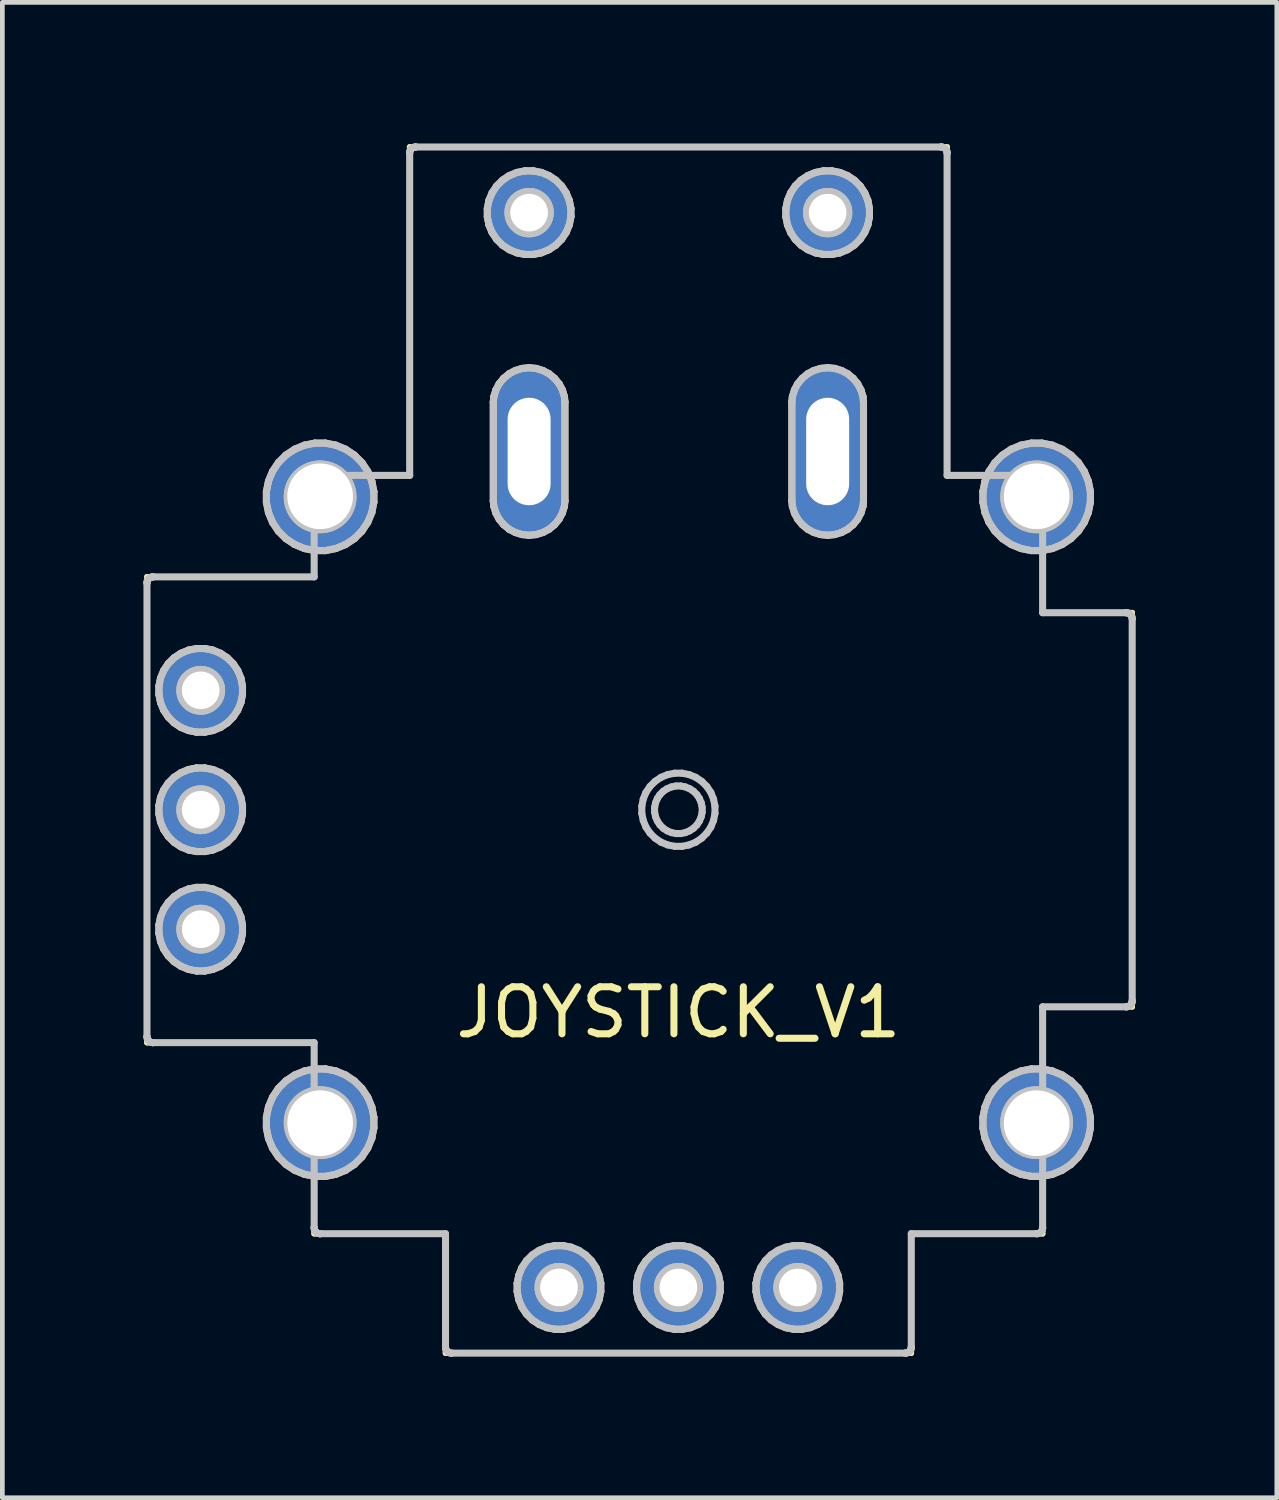
<source format=kicad_pcb>
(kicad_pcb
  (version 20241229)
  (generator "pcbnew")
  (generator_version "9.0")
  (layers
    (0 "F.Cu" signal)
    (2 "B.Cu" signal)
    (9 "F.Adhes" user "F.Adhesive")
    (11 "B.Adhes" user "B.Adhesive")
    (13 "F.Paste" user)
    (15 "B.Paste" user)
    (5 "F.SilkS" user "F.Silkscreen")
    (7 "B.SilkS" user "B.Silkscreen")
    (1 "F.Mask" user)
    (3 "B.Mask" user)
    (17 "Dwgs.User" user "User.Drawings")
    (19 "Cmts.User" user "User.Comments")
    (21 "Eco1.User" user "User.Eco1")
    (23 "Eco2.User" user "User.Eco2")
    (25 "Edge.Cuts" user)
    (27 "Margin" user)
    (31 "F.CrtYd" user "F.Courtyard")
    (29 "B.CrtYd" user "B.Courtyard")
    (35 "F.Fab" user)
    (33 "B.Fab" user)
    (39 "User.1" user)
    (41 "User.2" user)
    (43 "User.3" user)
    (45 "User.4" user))
  (footprint "JOYSTICK_V1"
    (layer "F.Cu")
    (at 11.379 17.983)
    (property "Reference" "JOYSTICK_V1" (at 0 0.5 0) (layer "F.SilkS") (effects (font (size 1 1) (thickness 0.15))))
    (attr through_hole)
    (fp_line (start -11.303 -8.763) (end -11.303 1.143) (stroke (width 0.12) (type solid)) (layer "F.SilkS"))
    (fp_line (start -11.303 1.143) (end -7.747 1.143) (stroke (width 0.12) (type solid)) (layer "F.SilkS"))
    (fp_line (start -7.747 -9.271) (end -7.747 -8.763) (stroke (width 0.12) (type solid)) (layer "F.SilkS"))
    (fp_line (start -7.747 -8.763) (end -11.303 -8.763) (stroke (width 0.12) (type solid)) (layer "F.SilkS"))
    (fp_line (start -7.747 1.143) (end -7.747 1.587) (stroke (width 0.12) (type solid)) (layer "F.SilkS"))
    (fp_line (start -7.747 4.064) (end -7.747 5.207) (stroke (width 0.12) (type solid)) (layer "F.SilkS"))
    (fp_line (start -7.747 5.207) (end -4.953 5.207) (stroke (width 0.12) (type solid)) (layer "F.SilkS"))
    (fp_line (start -5.715 -17.907) (end -5.715 -10.922) (stroke (width 0.12) (type solid)) (layer "F.SilkS"))
    (fp_line (start -5.715 -17.907) (end 5.715 -17.907) (stroke (width 0.12) (type solid)) (layer "F.SilkS"))
    (fp_line (start -5.715 -10.922) (end -6.477 -10.922) (stroke (width 0.12) (type solid)) (layer "F.SilkS"))
    (fp_line (start -4.953 5.207) (end -4.953 7.747) (stroke (width 0.12) (type solid)) (layer "F.SilkS"))
    (fp_line (start -4.953 7.747) (end 4.953 7.747) (stroke (width 0.12) (type solid)) (layer "F.SilkS"))
    (fp_line (start 4.953 5.207) (end 7.747 5.207) (stroke (width 0.12) (type solid)) (layer "F.SilkS"))
    (fp_line (start 4.953 7.747) (end 4.953 5.207) (stroke (width 0.12) (type solid)) (layer "F.SilkS"))
    (fp_line (start 5.715 -17.907) (end 5.715 -10.922) (stroke (width 0.12) (type solid)) (layer "F.SilkS"))
    (fp_line (start 5.715 -10.922) (end 6.477 -10.922) (stroke (width 0.12) (type solid)) (layer "F.SilkS"))
    (fp_line (start 7.747 -9.271) (end 7.747 -8.001) (stroke (width 0.12) (type solid)) (layer "F.SilkS"))
    (fp_line (start 7.747 -8.001) (end 9.652 -8.001) (stroke (width 0.12) (type solid)) (layer "F.SilkS"))
    (fp_line (start 7.747 0.381) (end 7.747 1.587) (stroke (width 0.12) (type solid)) (layer "F.SilkS"))
    (fp_line (start 7.747 5.207) (end 7.747 4.064) (stroke (width 0.12) (type solid)) (layer "F.SilkS"))
    (fp_line (start 9.652 -8.001) (end 9.652 0.381) (stroke (width 0.12) (type solid)) (layer "F.SilkS"))
    (fp_line (start 9.652 0.381) (end 7.747 0.381) (stroke (width 0.12) (type solid)) (layer "F.SilkS"))
    (fp_line (start -11.304 -8.636) (end -11.301 -8.661) (stroke (width 0.15) (type solid)) (layer "Dwgs.User"))
    (fp_line (start -11.304 1.016) (end -11.303 1.01) (stroke (width 0.15) (type solid)) (layer "Dwgs.User"))
    (fp_line (start -11.303 -8.63) (end -11.304 -8.636) (stroke (width 0.15) (type solid)) (layer "Dwgs.User"))
    (fp_line (start -11.303 1.01) (end -11.303 -8.63) (stroke (width 0.15) (type solid)) (layer "Dwgs.User"))
    (fp_line (start -11.301 -8.661) (end -11.294 -8.685) (stroke (width 0.15) (type solid)) (layer "Dwgs.User"))
    (fp_line (start -11.301 1.041) (end -11.304 1.016) (stroke (width 0.15) (type solid)) (layer "Dwgs.User"))
    (fp_line (start -11.294 -8.685) (end -11.282 -8.707) (stroke (width 0.15) (type solid)) (layer "Dwgs.User"))
    (fp_line (start -11.294 1.065) (end -11.301 1.041) (stroke (width 0.15) (type solid)) (layer "Dwgs.User"))
    (fp_line (start -11.282 -8.707) (end -11.266 -8.726) (stroke (width 0.15) (type solid)) (layer "Dwgs.User"))
    (fp_line (start -11.282 1.087) (end -11.294 1.065) (stroke (width 0.15) (type solid)) (layer "Dwgs.User"))
    (fp_line (start -11.266 -8.726) (end -11.247 -8.742) (stroke (width 0.15) (type solid)) (layer "Dwgs.User"))
    (fp_line (start -11.266 1.106) (end -11.282 1.087) (stroke (width 0.15) (type solid)) (layer "Dwgs.User"))
    (fp_line (start -11.247 -8.742) (end -11.225 -8.754) (stroke (width 0.15) (type solid)) (layer "Dwgs.User"))
    (fp_line (start -11.247 1.122) (end -11.266 1.106) (stroke (width 0.15) (type solid)) (layer "Dwgs.User"))
    (fp_line (start -11.225 -8.754) (end -11.201 -8.761) (stroke (width 0.15) (type solid)) (layer "Dwgs.User"))
    (fp_line (start -11.225 1.134) (end -11.247 1.122) (stroke (width 0.15) (type solid)) (layer "Dwgs.User"))
    (fp_line (start -11.201 -8.761) (end -11.182 -8.763) (stroke (width 0.15) (type solid)) (layer "Dwgs.User"))
    (fp_line (start -11.201 1.141) (end -11.225 1.134) (stroke (width 0.15) (type solid)) (layer "Dwgs.User"))
    (fp_line (start -11.182 -8.763) (end -11.176 -8.764) (stroke (width 0.15) (type solid)) (layer "Dwgs.User"))
    (fp_line (start -11.182 1.143) (end -11.201 1.141) (stroke (width 0.15) (type solid)) (layer "Dwgs.User"))
    (fp_line (start -11.176 -8.764) (end -11.17 -8.763) (stroke (width 0.15) (type solid)) (layer "Dwgs.User"))
    (fp_line (start -11.176 1.144) (end -11.182 1.143) (stroke (width 0.15) (type solid)) (layer "Dwgs.User"))
    (fp_line (start -11.17 -8.763) (end -7.747 -8.763) (stroke (width 0.15) (type solid)) (layer "Dwgs.User"))
    (fp_line (start -11.17 1.143) (end -11.176 1.144) (stroke (width 0.15) (type solid)) (layer "Dwgs.User"))
    (fp_line (start -11.049 -6.438) (end -11.015 -6.609) (stroke (width 0.15) (type solid)) (layer "Dwgs.User"))
    (fp_line (start -11.049 -6.438) (end -11.015 -6.609) (stroke (width 0.15) (type solid)) (layer "Dwgs.User"))
    (fp_line (start -11.049 -6.262) (end -11.049 -6.438) (stroke (width 0.15) (type solid)) (layer "Dwgs.User"))
    (fp_line (start -11.049 -6.262) (end -11.049 -6.438) (stroke (width 0.15) (type solid)) (layer "Dwgs.User"))
    (fp_line (start -11.049 -3.898) (end -11.015 -4.069) (stroke (width 0.15) (type solid)) (layer "Dwgs.User"))
    (fp_line (start -11.049 -3.898) (end -11.015 -4.069) (stroke (width 0.15) (type solid)) (layer "Dwgs.User"))
    (fp_line (start -11.049 -3.722) (end -11.049 -3.898) (stroke (width 0.15) (type solid)) (layer "Dwgs.User"))
    (fp_line (start -11.049 -3.722) (end -11.049 -3.898) (stroke (width 0.15) (type solid)) (layer "Dwgs.User"))
    (fp_line (start -11.049 -1.358) (end -11.015 -1.529) (stroke (width 0.15) (type solid)) (layer "Dwgs.User"))
    (fp_line (start -11.049 -1.358) (end -11.015 -1.529) (stroke (width 0.15) (type solid)) (layer "Dwgs.User"))
    (fp_line (start -11.049 -1.182) (end -11.049 -1.358) (stroke (width 0.15) (type solid)) (layer "Dwgs.User"))
    (fp_line (start -11.049 -1.182) (end -11.049 -1.358) (stroke (width 0.15) (type solid)) (layer "Dwgs.User"))
    (fp_line (start -11.015 -6.609) (end -10.948 -6.771) (stroke (width 0.15) (type solid)) (layer "Dwgs.User"))
    (fp_line (start -11.015 -6.609) (end -10.948 -6.771) (stroke (width 0.15) (type solid)) (layer "Dwgs.User"))
    (fp_line (start -11.015 -6.091) (end -11.049 -6.262) (stroke (width 0.15) (type solid)) (layer "Dwgs.User"))
    (fp_line (start -11.015 -6.091) (end -11.049 -6.262) (stroke (width 0.15) (type solid)) (layer "Dwgs.User"))
    (fp_line (start -11.015 -4.069) (end -10.948 -4.231) (stroke (width 0.15) (type solid)) (layer "Dwgs.User"))
    (fp_line (start -11.015 -4.069) (end -10.948 -4.231) (stroke (width 0.15) (type solid)) (layer "Dwgs.User"))
    (fp_line (start -11.015 -3.551) (end -11.049 -3.722) (stroke (width 0.15) (type solid)) (layer "Dwgs.User"))
    (fp_line (start -11.015 -3.551) (end -11.049 -3.722) (stroke (width 0.15) (type solid)) (layer "Dwgs.User"))
    (fp_line (start -11.015 -1.529) (end -10.948 -1.691) (stroke (width 0.15) (type solid)) (layer "Dwgs.User"))
    (fp_line (start -11.015 -1.529) (end -10.948 -1.691) (stroke (width 0.15) (type solid)) (layer "Dwgs.User"))
    (fp_line (start -11.015 -1.011) (end -11.049 -1.182) (stroke (width 0.15) (type solid)) (layer "Dwgs.User"))
    (fp_line (start -11.015 -1.011) (end -11.049 -1.182) (stroke (width 0.15) (type solid)) (layer "Dwgs.User"))
    (fp_line (start -10.948 -6.771) (end -10.851 -6.917) (stroke (width 0.15) (type solid)) (layer "Dwgs.User"))
    (fp_line (start -10.948 -6.771) (end -10.851 -6.917) (stroke (width 0.15) (type solid)) (layer "Dwgs.User"))
    (fp_line (start -10.948 -5.929) (end -11.015 -6.091) (stroke (width 0.15) (type solid)) (layer "Dwgs.User"))
    (fp_line (start -10.948 -5.929) (end -11.015 -6.091) (stroke (width 0.15) (type solid)) (layer "Dwgs.User"))
    (fp_line (start -10.948 -4.231) (end -10.851 -4.377) (stroke (width 0.15) (type solid)) (layer "Dwgs.User"))
    (fp_line (start -10.948 -4.231) (end -10.851 -4.377) (stroke (width 0.15) (type solid)) (layer "Dwgs.User"))
    (fp_line (start -10.948 -3.389) (end -11.015 -3.551) (stroke (width 0.15) (type solid)) (layer "Dwgs.User"))
    (fp_line (start -10.948 -3.389) (end -11.015 -3.551) (stroke (width 0.15) (type solid)) (layer "Dwgs.User"))
    (fp_line (start -10.948 -1.691) (end -10.851 -1.837) (stroke (width 0.15) (type solid)) (layer "Dwgs.User"))
    (fp_line (start -10.948 -1.691) (end -10.851 -1.837) (stroke (width 0.15) (type solid)) (layer "Dwgs.User"))
    (fp_line (start -10.948 -0.849) (end -11.015 -1.011) (stroke (width 0.15) (type solid)) (layer "Dwgs.User"))
    (fp_line (start -10.948 -0.849) (end -11.015 -1.011) (stroke (width 0.15) (type solid)) (layer "Dwgs.User"))
    (fp_line (start -10.851 -6.917) (end -10.727 -7.041) (stroke (width 0.15) (type solid)) (layer "Dwgs.User"))
    (fp_line (start -10.851 -6.917) (end -10.727 -7.041) (stroke (width 0.15) (type solid)) (layer "Dwgs.User"))
    (fp_line (start -10.851 -5.783) (end -10.948 -5.929) (stroke (width 0.15) (type solid)) (layer "Dwgs.User"))
    (fp_line (start -10.851 -5.783) (end -10.948 -5.929) (stroke (width 0.15) (type solid)) (layer "Dwgs.User"))
    (fp_line (start -10.851 -4.377) (end -10.727 -4.501) (stroke (width 0.15) (type solid)) (layer "Dwgs.User"))
    (fp_line (start -10.851 -4.377) (end -10.727 -4.501) (stroke (width 0.15) (type solid)) (layer "Dwgs.User"))
    (fp_line (start -10.851 -3.243) (end -10.948 -3.389) (stroke (width 0.15) (type solid)) (layer "Dwgs.User"))
    (fp_line (start -10.851 -3.243) (end -10.948 -3.389) (stroke (width 0.15) (type solid)) (layer "Dwgs.User"))
    (fp_line (start -10.851 -1.837) (end -10.727 -1.961) (stroke (width 0.15) (type solid)) (layer "Dwgs.User"))
    (fp_line (start -10.851 -1.837) (end -10.727 -1.961) (stroke (width 0.15) (type solid)) (layer "Dwgs.User"))
    (fp_line (start -10.851 -0.703) (end -10.948 -0.849) (stroke (width 0.15) (type solid)) (layer "Dwgs.User"))
    (fp_line (start -10.851 -0.703) (end -10.948 -0.849) (stroke (width 0.15) (type solid)) (layer "Dwgs.User"))
    (fp_line (start -10.727 -7.041) (end -10.581 -7.138) (stroke (width 0.15) (type solid)) (layer "Dwgs.User"))
    (fp_line (start -10.727 -7.041) (end -10.581 -7.138) (stroke (width 0.15) (type solid)) (layer "Dwgs.User"))
    (fp_line (start -10.727 -5.659) (end -10.851 -5.783) (stroke (width 0.15) (type solid)) (layer "Dwgs.User"))
    (fp_line (start -10.727 -5.659) (end -10.851 -5.783) (stroke (width 0.15) (type solid)) (layer "Dwgs.User"))
    (fp_line (start -10.727 -4.501) (end -10.581 -4.598) (stroke (width 0.15) (type solid)) (layer "Dwgs.User"))
    (fp_line (start -10.727 -4.501) (end -10.581 -4.598) (stroke (width 0.15) (type solid)) (layer "Dwgs.User"))
    (fp_line (start -10.727 -3.119) (end -10.851 -3.243) (stroke (width 0.15) (type solid)) (layer "Dwgs.User"))
    (fp_line (start -10.727 -3.119) (end -10.851 -3.243) (stroke (width 0.15) (type solid)) (layer "Dwgs.User"))
    (fp_line (start -10.727 -1.961) (end -10.581 -2.058) (stroke (width 0.15) (type solid)) (layer "Dwgs.User"))
    (fp_line (start -10.727 -1.961) (end -10.581 -2.058) (stroke (width 0.15) (type solid)) (layer "Dwgs.User"))
    (fp_line (start -10.727 -0.579) (end -10.851 -0.703) (stroke (width 0.15) (type solid)) (layer "Dwgs.User"))
    (fp_line (start -10.727 -0.579) (end -10.851 -0.703) (stroke (width 0.15) (type solid)) (layer "Dwgs.User"))
    (fp_line (start -10.581 -7.138) (end -10.419 -7.205) (stroke (width 0.15) (type solid)) (layer "Dwgs.User"))
    (fp_line (start -10.581 -7.138) (end -10.419 -7.205) (stroke (width 0.15) (type solid)) (layer "Dwgs.User"))
    (fp_line (start -10.581 -5.562) (end -10.727 -5.659) (stroke (width 0.15) (type solid)) (layer "Dwgs.User"))
    (fp_line (start -10.581 -5.562) (end -10.727 -5.659) (stroke (width 0.15) (type solid)) (layer "Dwgs.User"))
    (fp_line (start -10.581 -4.598) (end -10.419 -4.665) (stroke (width 0.15) (type solid)) (layer "Dwgs.User"))
    (fp_line (start -10.581 -4.598) (end -10.419 -4.665) (stroke (width 0.15) (type solid)) (layer "Dwgs.User"))
    (fp_line (start -10.581 -3.022) (end -10.727 -3.119) (stroke (width 0.15) (type solid)) (layer "Dwgs.User"))
    (fp_line (start -10.581 -3.022) (end -10.727 -3.119) (stroke (width 0.15) (type solid)) (layer "Dwgs.User"))
    (fp_line (start -10.581 -2.058) (end -10.419 -2.125) (stroke (width 0.15) (type solid)) (layer "Dwgs.User"))
    (fp_line (start -10.581 -2.058) (end -10.419 -2.125) (stroke (width 0.15) (type solid)) (layer "Dwgs.User"))
    (fp_line (start -10.581 -0.482) (end -10.727 -0.579) (stroke (width 0.15) (type solid)) (layer "Dwgs.User"))
    (fp_line (start -10.581 -0.482) (end -10.727 -0.579) (stroke (width 0.15) (type solid)) (layer "Dwgs.User"))
    (fp_line (start -10.419 -7.205) (end -10.248 -7.239) (stroke (width 0.15) (type solid)) (layer "Dwgs.User"))
    (fp_line (start -10.419 -7.205) (end -10.248 -7.239) (stroke (width 0.15) (type solid)) (layer "Dwgs.User"))
    (fp_line (start -10.419 -5.495) (end -10.581 -5.562) (stroke (width 0.15) (type solid)) (layer "Dwgs.User"))
    (fp_line (start -10.419 -5.495) (end -10.581 -5.562) (stroke (width 0.15) (type solid)) (layer "Dwgs.User"))
    (fp_line (start -10.419 -4.665) (end -10.248 -4.699) (stroke (width 0.15) (type solid)) (layer "Dwgs.User"))
    (fp_line (start -10.419 -4.665) (end -10.248 -4.699) (stroke (width 0.15) (type solid)) (layer "Dwgs.User"))
    (fp_line (start -10.419 -2.955) (end -10.581 -3.022) (stroke (width 0.15) (type solid)) (layer "Dwgs.User"))
    (fp_line (start -10.419 -2.955) (end -10.581 -3.022) (stroke (width 0.15) (type solid)) (layer "Dwgs.User"))
    (fp_line (start -10.419 -2.125) (end -10.248 -2.159) (stroke (width 0.15) (type solid)) (layer "Dwgs.User"))
    (fp_line (start -10.419 -2.125) (end -10.248 -2.159) (stroke (width 0.15) (type solid)) (layer "Dwgs.User"))
    (fp_line (start -10.419 -0.415) (end -10.581 -0.482) (stroke (width 0.15) (type solid)) (layer "Dwgs.User"))
    (fp_line (start -10.419 -0.415) (end -10.581 -0.482) (stroke (width 0.15) (type solid)) (layer "Dwgs.User"))
    (fp_line (start -10.248 -7.239) (end -10.072 -7.239) (stroke (width 0.15) (type solid)) (layer "Dwgs.User"))
    (fp_line (start -10.248 -7.239) (end -10.072 -7.239) (stroke (width 0.15) (type solid)) (layer "Dwgs.User"))
    (fp_line (start -10.248 -5.461) (end -10.419 -5.495) (stroke (width 0.15) (type solid)) (layer "Dwgs.User"))
    (fp_line (start -10.248 -5.461) (end -10.419 -5.495) (stroke (width 0.15) (type solid)) (layer "Dwgs.User"))
    (fp_line (start -10.248 -4.699) (end -10.072 -4.699) (stroke (width 0.15) (type solid)) (layer "Dwgs.User"))
    (fp_line (start -10.248 -4.699) (end -10.072 -4.699) (stroke (width 0.15) (type solid)) (layer "Dwgs.User"))
    (fp_line (start -10.248 -2.921) (end -10.419 -2.955) (stroke (width 0.15) (type solid)) (layer "Dwgs.User"))
    (fp_line (start -10.248 -2.921) (end -10.419 -2.955) (stroke (width 0.15) (type solid)) (layer "Dwgs.User"))
    (fp_line (start -10.248 -2.159) (end -10.072 -2.159) (stroke (width 0.15) (type solid)) (layer "Dwgs.User"))
    (fp_line (start -10.248 -2.159) (end -10.072 -2.159) (stroke (width 0.15) (type solid)) (layer "Dwgs.User"))
    (fp_line (start -10.248 -0.381) (end -10.419 -0.415) (stroke (width 0.15) (type solid)) (layer "Dwgs.User"))
    (fp_line (start -10.248 -0.381) (end -10.419 -0.415) (stroke (width 0.15) (type solid)) (layer "Dwgs.User"))
    (fp_line (start -10.072 -7.239) (end -9.901 -7.205) (stroke (width 0.15) (type solid)) (layer "Dwgs.User"))
    (fp_line (start -10.072 -7.239) (end -9.901 -7.205) (stroke (width 0.15) (type solid)) (layer "Dwgs.User"))
    (fp_line (start -10.072 -5.461) (end -10.248 -5.461) (stroke (width 0.15) (type solid)) (layer "Dwgs.User"))
    (fp_line (start -10.072 -5.461) (end -10.248 -5.461) (stroke (width 0.15) (type solid)) (layer "Dwgs.User"))
    (fp_line (start -10.072 -4.699) (end -9.901 -4.665) (stroke (width 0.15) (type solid)) (layer "Dwgs.User"))
    (fp_line (start -10.072 -4.699) (end -9.901 -4.665) (stroke (width 0.15) (type solid)) (layer "Dwgs.User"))
    (fp_line (start -10.072 -2.921) (end -10.248 -2.921) (stroke (width 0.15) (type solid)) (layer "Dwgs.User"))
    (fp_line (start -10.072 -2.921) (end -10.248 -2.921) (stroke (width 0.15) (type solid)) (layer "Dwgs.User"))
    (fp_line (start -10.072 -2.159) (end -9.901 -2.125) (stroke (width 0.15) (type solid)) (layer "Dwgs.User"))
    (fp_line (start -10.072 -2.159) (end -9.901 -2.125) (stroke (width 0.15) (type solid)) (layer "Dwgs.User"))
    (fp_line (start -10.072 -0.381) (end -10.248 -0.381) (stroke (width 0.15) (type solid)) (layer "Dwgs.User"))
    (fp_line (start -10.072 -0.381) (end -10.248 -0.381) (stroke (width 0.15) (type solid)) (layer "Dwgs.User"))
    (fp_line (start -9.901 -7.205) (end -9.739 -7.138) (stroke (width 0.15) (type solid)) (layer "Dwgs.User"))
    (fp_line (start -9.901 -7.205) (end -9.739 -7.138) (stroke (width 0.15) (type solid)) (layer "Dwgs.User"))
    (fp_line (start -9.901 -5.495) (end -10.072 -5.461) (stroke (width 0.15) (type solid)) (layer "Dwgs.User"))
    (fp_line (start -9.901 -5.495) (end -10.072 -5.461) (stroke (width 0.15) (type solid)) (layer "Dwgs.User"))
    (fp_line (start -9.901 -4.665) (end -9.739 -4.598) (stroke (width 0.15) (type solid)) (layer "Dwgs.User"))
    (fp_line (start -9.901 -4.665) (end -9.739 -4.598) (stroke (width 0.15) (type solid)) (layer "Dwgs.User"))
    (fp_line (start -9.901 -2.955) (end -10.072 -2.921) (stroke (width 0.15) (type solid)) (layer "Dwgs.User"))
    (fp_line (start -9.901 -2.955) (end -10.072 -2.921) (stroke (width 0.15) (type solid)) (layer "Dwgs.User"))
    (fp_line (start -9.901 -2.125) (end -9.739 -2.058) (stroke (width 0.15) (type solid)) (layer "Dwgs.User"))
    (fp_line (start -9.901 -2.125) (end -9.739 -2.058) (stroke (width 0.15) (type solid)) (layer "Dwgs.User"))
    (fp_line (start -9.901 -0.415) (end -10.072 -0.381) (stroke (width 0.15) (type solid)) (layer "Dwgs.User"))
    (fp_line (start -9.901 -0.415) (end -10.072 -0.381) (stroke (width 0.15) (type solid)) (layer "Dwgs.User"))
    (fp_line (start -9.739 -7.138) (end -9.593 -7.041) (stroke (width 0.15) (type solid)) (layer "Dwgs.User"))
    (fp_line (start -9.739 -7.138) (end -9.593 -7.041) (stroke (width 0.15) (type solid)) (layer "Dwgs.User"))
    (fp_line (start -9.739 -5.562) (end -9.901 -5.495) (stroke (width 0.15) (type solid)) (layer "Dwgs.User"))
    (fp_line (start -9.739 -5.562) (end -9.901 -5.495) (stroke (width 0.15) (type solid)) (layer "Dwgs.User"))
    (fp_line (start -9.739 -4.598) (end -9.593 -4.501) (stroke (width 0.15) (type solid)) (layer "Dwgs.User"))
    (fp_line (start -9.739 -4.598) (end -9.593 -4.501) (stroke (width 0.15) (type solid)) (layer "Dwgs.User"))
    (fp_line (start -9.739 -3.022) (end -9.901 -2.955) (stroke (width 0.15) (type solid)) (layer "Dwgs.User"))
    (fp_line (start -9.739 -3.022) (end -9.901 -2.955) (stroke (width 0.15) (type solid)) (layer "Dwgs.User"))
    (fp_line (start -9.739 -2.058) (end -9.593 -1.961) (stroke (width 0.15) (type solid)) (layer "Dwgs.User"))
    (fp_line (start -9.739 -2.058) (end -9.593 -1.961) (stroke (width 0.15) (type solid)) (layer "Dwgs.User"))
    (fp_line (start -9.739 -0.482) (end -9.901 -0.415) (stroke (width 0.15) (type solid)) (layer "Dwgs.User"))
    (fp_line (start -9.739 -0.482) (end -9.901 -0.415) (stroke (width 0.15) (type solid)) (layer "Dwgs.User"))
    (fp_line (start -9.593 -7.041) (end -9.469 -6.917) (stroke (width 0.15) (type solid)) (layer "Dwgs.User"))
    (fp_line (start -9.593 -7.041) (end -9.469 -6.917) (stroke (width 0.15) (type solid)) (layer "Dwgs.User"))
    (fp_line (start -9.593 -5.659) (end -9.739 -5.562) (stroke (width 0.15) (type solid)) (layer "Dwgs.User"))
    (fp_line (start -9.593 -5.659) (end -9.739 -5.562) (stroke (width 0.15) (type solid)) (layer "Dwgs.User"))
    (fp_line (start -9.593 -4.501) (end -9.469 -4.377) (stroke (width 0.15) (type solid)) (layer "Dwgs.User"))
    (fp_line (start -9.593 -4.501) (end -9.469 -4.377) (stroke (width 0.15) (type solid)) (layer "Dwgs.User"))
    (fp_line (start -9.593 -3.119) (end -9.739 -3.022) (stroke (width 0.15) (type solid)) (layer "Dwgs.User"))
    (fp_line (start -9.593 -3.119) (end -9.739 -3.022) (stroke (width 0.15) (type solid)) (layer "Dwgs.User"))
    (fp_line (start -9.593 -1.961) (end -9.469 -1.837) (stroke (width 0.15) (type solid)) (layer "Dwgs.User"))
    (fp_line (start -9.593 -1.961) (end -9.469 -1.837) (stroke (width 0.15) (type solid)) (layer "Dwgs.User"))
    (fp_line (start -9.593 -0.579) (end -9.739 -0.482) (stroke (width 0.15) (type solid)) (layer "Dwgs.User"))
    (fp_line (start -9.593 -0.579) (end -9.739 -0.482) (stroke (width 0.15) (type solid)) (layer "Dwgs.User"))
    (fp_line (start -9.469 -6.917) (end -9.372 -6.771) (stroke (width 0.15) (type solid)) (layer "Dwgs.User"))
    (fp_line (start -9.469 -6.917) (end -9.372 -6.771) (stroke (width 0.15) (type solid)) (layer "Dwgs.User"))
    (fp_line (start -9.469 -5.783) (end -9.593 -5.659) (stroke (width 0.15) (type solid)) (layer "Dwgs.User"))
    (fp_line (start -9.469 -5.783) (end -9.593 -5.659) (stroke (width 0.15) (type solid)) (layer "Dwgs.User"))
    (fp_line (start -9.469 -4.377) (end -9.372 -4.231) (stroke (width 0.15) (type solid)) (layer "Dwgs.User"))
    (fp_line (start -9.469 -4.377) (end -9.372 -4.231) (stroke (width 0.15) (type solid)) (layer "Dwgs.User"))
    (fp_line (start -9.469 -3.243) (end -9.593 -3.119) (stroke (width 0.15) (type solid)) (layer "Dwgs.User"))
    (fp_line (start -9.469 -3.243) (end -9.593 -3.119) (stroke (width 0.15) (type solid)) (layer "Dwgs.User"))
    (fp_line (start -9.469 -1.837) (end -9.372 -1.691) (stroke (width 0.15) (type solid)) (layer "Dwgs.User"))
    (fp_line (start -9.469 -1.837) (end -9.372 -1.691) (stroke (width 0.15) (type solid)) (layer "Dwgs.User"))
    (fp_line (start -9.469 -0.703) (end -9.593 -0.579) (stroke (width 0.15) (type solid)) (layer "Dwgs.User"))
    (fp_line (start -9.469 -0.703) (end -9.593 -0.579) (stroke (width 0.15) (type solid)) (layer "Dwgs.User"))
    (fp_line (start -9.372 -6.771) (end -9.305 -6.609) (stroke (width 0.15) (type solid)) (layer "Dwgs.User"))
    (fp_line (start -9.372 -6.771) (end -9.305 -6.609) (stroke (width 0.15) (type solid)) (layer "Dwgs.User"))
    (fp_line (start -9.372 -5.929) (end -9.469 -5.783) (stroke (width 0.15) (type solid)) (layer "Dwgs.User"))
    (fp_line (start -9.372 -5.929) (end -9.469 -5.783) (stroke (width 0.15) (type solid)) (layer "Dwgs.User"))
    (fp_line (start -9.372 -4.231) (end -9.305 -4.069) (stroke (width 0.15) (type solid)) (layer "Dwgs.User"))
    (fp_line (start -9.372 -4.231) (end -9.305 -4.069) (stroke (width 0.15) (type solid)) (layer "Dwgs.User"))
    (fp_line (start -9.372 -3.389) (end -9.469 -3.243) (stroke (width 0.15) (type solid)) (layer "Dwgs.User"))
    (fp_line (start -9.372 -3.389) (end -9.469 -3.243) (stroke (width 0.15) (type solid)) (layer "Dwgs.User"))
    (fp_line (start -9.372 -1.691) (end -9.305 -1.529) (stroke (width 0.15) (type solid)) (layer "Dwgs.User"))
    (fp_line (start -9.372 -1.691) (end -9.305 -1.529) (stroke (width 0.15) (type solid)) (layer "Dwgs.User"))
    (fp_line (start -9.372 -0.849) (end -9.469 -0.703) (stroke (width 0.15) (type solid)) (layer "Dwgs.User"))
    (fp_line (start -9.372 -0.849) (end -9.469 -0.703) (stroke (width 0.15) (type solid)) (layer "Dwgs.User"))
    (fp_line (start -9.305 -6.609) (end -9.271 -6.438) (stroke (width 0.15) (type solid)) (layer "Dwgs.User"))
    (fp_line (start -9.305 -6.609) (end -9.271 -6.438) (stroke (width 0.15) (type solid)) (layer "Dwgs.User"))
    (fp_line (start -9.305 -6.091) (end -9.372 -5.929) (stroke (width 0.15) (type solid)) (layer "Dwgs.User"))
    (fp_line (start -9.305 -6.091) (end -9.372 -5.929) (stroke (width 0.15) (type solid)) (layer "Dwgs.User"))
    (fp_line (start -9.305 -4.069) (end -9.271 -3.898) (stroke (width 0.15) (type solid)) (layer "Dwgs.User"))
    (fp_line (start -9.305 -4.069) (end -9.271 -3.898) (stroke (width 0.15) (type solid)) (layer "Dwgs.User"))
    (fp_line (start -9.305 -3.551) (end -9.372 -3.389) (stroke (width 0.15) (type solid)) (layer "Dwgs.User"))
    (fp_line (start -9.305 -3.551) (end -9.372 -3.389) (stroke (width 0.15) (type solid)) (layer "Dwgs.User"))
    (fp_line (start -9.305 -1.529) (end -9.271 -1.358) (stroke (width 0.15) (type solid)) (layer "Dwgs.User"))
    (fp_line (start -9.305 -1.529) (end -9.271 -1.358) (stroke (width 0.15) (type solid)) (layer "Dwgs.User"))
    (fp_line (start -9.305 -1.011) (end -9.372 -0.849) (stroke (width 0.15) (type solid)) (layer "Dwgs.User"))
    (fp_line (start -9.305 -1.011) (end -9.372 -0.849) (stroke (width 0.15) (type solid)) (layer "Dwgs.User"))
    (fp_line (start -9.271 -6.438) (end -9.271 -6.262) (stroke (width 0.15) (type solid)) (layer "Dwgs.User"))
    (fp_line (start -9.271 -6.438) (end -9.271 -6.262) (stroke (width 0.15) (type solid)) (layer "Dwgs.User"))
    (fp_line (start -9.271 -6.262) (end -9.305 -6.091) (stroke (width 0.15) (type solid)) (layer "Dwgs.User"))
    (fp_line (start -9.271 -6.262) (end -9.305 -6.091) (stroke (width 0.15) (type solid)) (layer "Dwgs.User"))
    (fp_line (start -9.271 -3.898) (end -9.271 -3.722) (stroke (width 0.15) (type solid)) (layer "Dwgs.User"))
    (fp_line (start -9.271 -3.898) (end -9.271 -3.722) (stroke (width 0.15) (type solid)) (layer "Dwgs.User"))
    (fp_line (start -9.271 -3.722) (end -9.305 -3.551) (stroke (width 0.15) (type solid)) (layer "Dwgs.User"))
    (fp_line (start -9.271 -3.722) (end -9.305 -3.551) (stroke (width 0.15) (type solid)) (layer "Dwgs.User"))
    (fp_line (start -9.271 -1.358) (end -9.271 -1.182) (stroke (width 0.15) (type solid)) (layer "Dwgs.User"))
    (fp_line (start -9.271 -1.358) (end -9.271 -1.182) (stroke (width 0.15) (type solid)) (layer "Dwgs.User"))
    (fp_line (start -9.271 -1.182) (end -9.305 -1.011) (stroke (width 0.15) (type solid)) (layer "Dwgs.User"))
    (fp_line (start -9.271 -1.182) (end -9.305 -1.011) (stroke (width 0.15) (type solid)) (layer "Dwgs.User"))
    (fp_line (start -8.763 -10.578) (end -8.719 -10.798) (stroke (width 0.15) (type solid)) (layer "Dwgs.User"))
    (fp_line (start -8.763 -10.578) (end -8.719 -10.798) (stroke (width 0.15) (type solid)) (layer "Dwgs.User"))
    (fp_line (start -8.763 -10.352) (end -8.763 -10.578) (stroke (width 0.15) (type solid)) (layer "Dwgs.User"))
    (fp_line (start -8.763 -10.352) (end -8.763 -10.578) (stroke (width 0.15) (type solid)) (layer "Dwgs.User"))
    (fp_line (start -8.763 2.732) (end -8.719 2.512) (stroke (width 0.15) (type solid)) (layer "Dwgs.User"))
    (fp_line (start -8.763 2.732) (end -8.719 2.512) (stroke (width 0.15) (type solid)) (layer "Dwgs.User"))
    (fp_line (start -8.763 2.958) (end -8.763 2.732) (stroke (width 0.15) (type solid)) (layer "Dwgs.User"))
    (fp_line (start -8.763 2.958) (end -8.763 2.732) (stroke (width 0.15) (type solid)) (layer "Dwgs.User"))
    (fp_line (start -8.719 -10.798) (end -8.633 -11.006) (stroke (width 0.15) (type solid)) (layer "Dwgs.User"))
    (fp_line (start -8.719 -10.798) (end -8.633 -11.006) (stroke (width 0.15) (type solid)) (layer "Dwgs.User"))
    (fp_line (start -8.719 -10.132) (end -8.763 -10.352) (stroke (width 0.15) (type solid)) (layer "Dwgs.User"))
    (fp_line (start -8.719 -10.132) (end -8.763 -10.352) (stroke (width 0.15) (type solid)) (layer "Dwgs.User"))
    (fp_line (start -8.719 2.512) (end -8.633 2.304) (stroke (width 0.15) (type solid)) (layer "Dwgs.User"))
    (fp_line (start -8.719 2.512) (end -8.633 2.304) (stroke (width 0.15) (type solid)) (layer "Dwgs.User"))
    (fp_line (start -8.719 3.178) (end -8.763 2.958) (stroke (width 0.15) (type solid)) (layer "Dwgs.User"))
    (fp_line (start -8.719 3.178) (end -8.763 2.958) (stroke (width 0.15) (type solid)) (layer "Dwgs.User"))
    (fp_line (start -8.633 -11.006) (end -8.508 -11.194) (stroke (width 0.15) (type solid)) (layer "Dwgs.User"))
    (fp_line (start -8.633 -11.006) (end -8.508 -11.194) (stroke (width 0.15) (type solid)) (layer "Dwgs.User"))
    (fp_line (start -8.633 -9.924) (end -8.719 -10.132) (stroke (width 0.15) (type solid)) (layer "Dwgs.User"))
    (fp_line (start -8.633 -9.924) (end -8.719 -10.132) (stroke (width 0.15) (type solid)) (layer "Dwgs.User"))
    (fp_line (start -8.633 2.304) (end -8.508 2.116) (stroke (width 0.15) (type solid)) (layer "Dwgs.User"))
    (fp_line (start -8.633 2.304) (end -8.508 2.116) (stroke (width 0.15) (type solid)) (layer "Dwgs.User"))
    (fp_line (start -8.633 3.386) (end -8.719 3.178) (stroke (width 0.15) (type solid)) (layer "Dwgs.User"))
    (fp_line (start -8.633 3.386) (end -8.719 3.178) (stroke (width 0.15) (type solid)) (layer "Dwgs.User"))
    (fp_line (start -8.508 -11.194) (end -8.349 -11.353) (stroke (width 0.15) (type solid)) (layer "Dwgs.User"))
    (fp_line (start -8.508 -11.194) (end -8.349 -11.353) (stroke (width 0.15) (type solid)) (layer "Dwgs.User"))
    (fp_line (start -8.508 -9.736) (end -8.633 -9.924) (stroke (width 0.15) (type solid)) (layer "Dwgs.User"))
    (fp_line (start -8.508 -9.736) (end -8.633 -9.924) (stroke (width 0.15) (type solid)) (layer "Dwgs.User"))
    (fp_line (start -8.508 2.116) (end -8.349 1.957) (stroke (width 0.15) (type solid)) (layer "Dwgs.User"))
    (fp_line (start -8.508 2.116) (end -8.349 1.957) (stroke (width 0.15) (type solid)) (layer "Dwgs.User"))
    (fp_line (start -8.508 3.574) (end -8.633 3.386) (stroke (width 0.15) (type solid)) (layer "Dwgs.User"))
    (fp_line (start -8.508 3.574) (end -8.633 3.386) (stroke (width 0.15) (type solid)) (layer "Dwgs.User"))
    (fp_line (start -8.349 -11.353) (end -8.161 -11.478) (stroke (width 0.15) (type solid)) (layer "Dwgs.User"))
    (fp_line (start -8.349 -11.353) (end -8.161 -11.478) (stroke (width 0.15) (type solid)) (layer "Dwgs.User"))
    (fp_line (start -8.349 -9.577) (end -8.508 -9.736) (stroke (width 0.15) (type solid)) (layer "Dwgs.User"))
    (fp_line (start -8.349 -9.577) (end -8.508 -9.736) (stroke (width 0.15) (type solid)) (layer "Dwgs.User"))
    (fp_line (start -8.349 1.957) (end -8.161 1.832) (stroke (width 0.15) (type solid)) (layer "Dwgs.User"))
    (fp_line (start -8.349 1.957) (end -8.161 1.832) (stroke (width 0.15) (type solid)) (layer "Dwgs.User"))
    (fp_line (start -8.349 3.733) (end -8.508 3.574) (stroke (width 0.15) (type solid)) (layer "Dwgs.User"))
    (fp_line (start -8.349 3.733) (end -8.508 3.574) (stroke (width 0.15) (type solid)) (layer "Dwgs.User"))
    (fp_line (start -8.161 -11.478) (end -7.953 -11.564) (stroke (width 0.15) (type solid)) (layer "Dwgs.User"))
    (fp_line (start -8.161 -11.478) (end -7.953 -11.564) (stroke (width 0.15) (type solid)) (layer "Dwgs.User"))
    (fp_line (start -8.161 -9.452) (end -8.349 -9.577) (stroke (width 0.15) (type solid)) (layer "Dwgs.User"))
    (fp_line (start -8.161 -9.452) (end -8.349 -9.577) (stroke (width 0.15) (type solid)) (layer "Dwgs.User"))
    (fp_line (start -8.161 1.832) (end -7.953 1.746) (stroke (width 0.15) (type solid)) (layer "Dwgs.User"))
    (fp_line (start -8.161 1.832) (end -7.953 1.746) (stroke (width 0.15) (type solid)) (layer "Dwgs.User"))
    (fp_line (start -8.161 3.858) (end -8.349 3.733) (stroke (width 0.15) (type solid)) (layer "Dwgs.User"))
    (fp_line (start -8.161 3.858) (end -8.349 3.733) (stroke (width 0.15) (type solid)) (layer "Dwgs.User"))
    (fp_line (start -7.953 -11.564) (end -7.733 -11.608) (stroke (width 0.15) (type solid)) (layer "Dwgs.User"))
    (fp_line (start -7.953 -11.564) (end -7.733 -11.608) (stroke (width 0.15) (type solid)) (layer "Dwgs.User"))
    (fp_line (start -7.953 -9.366) (end -8.161 -9.452) (stroke (width 0.15) (type solid)) (layer "Dwgs.User"))
    (fp_line (start -7.953 -9.366) (end -8.161 -9.452) (stroke (width 0.15) (type solid)) (layer "Dwgs.User"))
    (fp_line (start -7.953 1.746) (end -7.733 1.702) (stroke (width 0.15) (type solid)) (layer "Dwgs.User"))
    (fp_line (start -7.953 1.746) (end -7.733 1.702) (stroke (width 0.15) (type solid)) (layer "Dwgs.User"))
    (fp_line (start -7.953 3.944) (end -8.161 3.858) (stroke (width 0.15) (type solid)) (layer "Dwgs.User"))
    (fp_line (start -7.953 3.944) (end -8.161 3.858) (stroke (width 0.15) (type solid)) (layer "Dwgs.User"))
    (fp_line (start -7.748 -10.795) (end -7.745 -10.82) (stroke (width 0.15) (type solid)) (layer "Dwgs.User"))
    (fp_line (start -7.748 5.08) (end -7.747 5.074) (stroke (width 0.15) (type solid)) (layer "Dwgs.User"))
    (fp_line (start -7.747 -10.789) (end -7.748 -10.795) (stroke (width 0.15) (type solid)) (layer "Dwgs.User"))
    (fp_line (start -7.747 -8.763) (end -7.747 -10.789) (stroke (width 0.15) (type solid)) (layer "Dwgs.User"))
    (fp_line (start -7.747 1.143) (end -11.17 1.143) (stroke (width 0.15) (type solid)) (layer "Dwgs.User"))
    (fp_line (start -7.747 5.074) (end -7.747 1.143) (stroke (width 0.15) (type solid)) (layer "Dwgs.User"))
    (fp_line (start -7.745 -10.82) (end -7.738 -10.844) (stroke (width 0.15) (type solid)) (layer "Dwgs.User"))
    (fp_line (start -7.745 5.105) (end -7.748 5.08) (stroke (width 0.15) (type solid)) (layer "Dwgs.User"))
    (fp_line (start -7.738 -10.844) (end -7.726 -10.866) (stroke (width 0.15) (type solid)) (layer "Dwgs.User"))
    (fp_line (start -7.738 5.129) (end -7.745 5.105) (stroke (width 0.15) (type solid)) (layer "Dwgs.User"))
    (fp_line (start -7.733 -11.608) (end -7.507 -11.608) (stroke (width 0.15) (type solid)) (layer "Dwgs.User"))
    (fp_line (start -7.733 -11.608) (end -7.507 -11.608) (stroke (width 0.15) (type solid)) (layer "Dwgs.User"))
    (fp_line (start -7.733 -9.322) (end -7.953 -9.366) (stroke (width 0.15) (type solid)) (layer "Dwgs.User"))
    (fp_line (start -7.733 -9.322) (end -7.953 -9.366) (stroke (width 0.15) (type solid)) (layer "Dwgs.User"))
    (fp_line (start -7.733 1.702) (end -7.507 1.702) (stroke (width 0.15) (type solid)) (layer "Dwgs.User"))
    (fp_line (start -7.733 1.702) (end -7.507 1.702) (stroke (width 0.15) (type solid)) (layer "Dwgs.User"))
    (fp_line (start -7.733 3.988) (end -7.953 3.944) (stroke (width 0.15) (type solid)) (layer "Dwgs.User"))
    (fp_line (start -7.733 3.988) (end -7.953 3.944) (stroke (width 0.15) (type solid)) (layer "Dwgs.User"))
    (fp_line (start -7.726 -10.866) (end -7.71 -10.885) (stroke (width 0.15) (type solid)) (layer "Dwgs.User"))
    (fp_line (start -7.726 5.151) (end -7.738 5.129) (stroke (width 0.15) (type solid)) (layer "Dwgs.User"))
    (fp_line (start -7.71 -10.885) (end -7.691 -10.901) (stroke (width 0.15) (type solid)) (layer "Dwgs.User"))
    (fp_line (start -7.71 5.17) (end -7.726 5.151) (stroke (width 0.15) (type solid)) (layer "Dwgs.User"))
    (fp_line (start -7.691 -10.901) (end -7.669 -10.913) (stroke (width 0.15) (type solid)) (layer "Dwgs.User"))
    (fp_line (start -7.691 5.186) (end -7.71 5.17) (stroke (width 0.15) (type solid)) (layer "Dwgs.User"))
    (fp_line (start -7.669 -10.913) (end -7.645 -10.92) (stroke (width 0.15) (type solid)) (layer "Dwgs.User"))
    (fp_line (start -7.669 5.198) (end -7.691 5.186) (stroke (width 0.15) (type solid)) (layer "Dwgs.User"))
    (fp_line (start -7.645 -10.92) (end -7.626 -10.922) (stroke (width 0.15) (type solid)) (layer "Dwgs.User"))
    (fp_line (start -7.645 5.205) (end -7.669 5.198) (stroke (width 0.15) (type solid)) (layer "Dwgs.User"))
    (fp_line (start -7.626 -10.922) (end -7.62 -10.923) (stroke (width 0.15) (type solid)) (layer "Dwgs.User"))
    (fp_line (start -7.626 5.207) (end -7.645 5.205) (stroke (width 0.15) (type solid)) (layer "Dwgs.User"))
    (fp_line (start -7.62 -10.923) (end -7.614 -10.922) (stroke (width 0.15) (type solid)) (layer "Dwgs.User"))
    (fp_line (start -7.62 5.208) (end -7.626 5.207) (stroke (width 0.15) (type solid)) (layer "Dwgs.User"))
    (fp_line (start -7.614 -10.922) (end -5.715 -10.922) (stroke (width 0.15) (type solid)) (layer "Dwgs.User"))
    (fp_line (start -7.614 5.207) (end -7.62 5.208) (stroke (width 0.15) (type solid)) (layer "Dwgs.User"))
    (fp_line (start -7.507 -11.608) (end -7.287 -11.564) (stroke (width 0.15) (type solid)) (layer "Dwgs.User"))
    (fp_line (start -7.507 -11.608) (end -7.287 -11.564) (stroke (width 0.15) (type solid)) (layer "Dwgs.User"))
    (fp_line (start -7.507 -9.322) (end -7.733 -9.322) (stroke (width 0.15) (type solid)) (layer "Dwgs.User"))
    (fp_line (start -7.507 -9.322) (end -7.733 -9.322) (stroke (width 0.15) (type solid)) (layer "Dwgs.User"))
    (fp_line (start -7.507 1.702) (end -7.287 1.746) (stroke (width 0.15) (type solid)) (layer "Dwgs.User"))
    (fp_line (start -7.507 1.702) (end -7.287 1.746) (stroke (width 0.15) (type solid)) (layer "Dwgs.User"))
    (fp_line (start -7.507 3.988) (end -7.733 3.988) (stroke (width 0.15) (type solid)) (layer "Dwgs.User"))
    (fp_line (start -7.507 3.988) (end -7.733 3.988) (stroke (width 0.15) (type solid)) (layer "Dwgs.User"))
    (fp_line (start -7.287 -11.564) (end -7.079 -11.478) (stroke (width 0.15) (type solid)) (layer "Dwgs.User"))
    (fp_line (start -7.287 -11.564) (end -7.079 -11.478) (stroke (width 0.15) (type solid)) (layer "Dwgs.User"))
    (fp_line (start -7.287 -9.366) (end -7.507 -9.322) (stroke (width 0.15) (type solid)) (layer "Dwgs.User"))
    (fp_line (start -7.287 -9.366) (end -7.507 -9.322) (stroke (width 0.15) (type solid)) (layer "Dwgs.User"))
    (fp_line (start -7.287 1.746) (end -7.079 1.832) (stroke (width 0.15) (type solid)) (layer "Dwgs.User"))
    (fp_line (start -7.287 1.746) (end -7.079 1.832) (stroke (width 0.15) (type solid)) (layer "Dwgs.User"))
    (fp_line (start -7.287 3.944) (end -7.507 3.988) (stroke (width 0.15) (type solid)) (layer "Dwgs.User"))
    (fp_line (start -7.287 3.944) (end -7.507 3.988) (stroke (width 0.15) (type solid)) (layer "Dwgs.User"))
    (fp_line (start -7.079 -11.478) (end -6.891 -11.353) (stroke (width 0.15) (type solid)) (layer "Dwgs.User"))
    (fp_line (start -7.079 -11.478) (end -6.891 -11.353) (stroke (width 0.15) (type solid)) (layer "Dwgs.User"))
    (fp_line (start -7.079 -9.452) (end -7.287 -9.366) (stroke (width 0.15) (type solid)) (layer "Dwgs.User"))
    (fp_line (start -7.079 -9.452) (end -7.287 -9.366) (stroke (width 0.15) (type solid)) (layer "Dwgs.User"))
    (fp_line (start -7.079 1.832) (end -6.891 1.957) (stroke (width 0.15) (type solid)) (layer "Dwgs.User"))
    (fp_line (start -7.079 1.832) (end -6.891 1.957) (stroke (width 0.15) (type solid)) (layer "Dwgs.User"))
    (fp_line (start -7.079 3.858) (end -7.287 3.944) (stroke (width 0.15) (type solid)) (layer "Dwgs.User"))
    (fp_line (start -7.079 3.858) (end -7.287 3.944) (stroke (width 0.15) (type solid)) (layer "Dwgs.User"))
    (fp_line (start -6.891 -11.353) (end -6.732 -11.194) (stroke (width 0.15) (type solid)) (layer "Dwgs.User"))
    (fp_line (start -6.891 -11.353) (end -6.732 -11.194) (stroke (width 0.15) (type solid)) (layer "Dwgs.User"))
    (fp_line (start -6.891 -9.577) (end -7.079 -9.452) (stroke (width 0.15) (type solid)) (layer "Dwgs.User"))
    (fp_line (start -6.891 -9.577) (end -7.079 -9.452) (stroke (width 0.15) (type solid)) (layer "Dwgs.User"))
    (fp_line (start -6.891 1.957) (end -6.732 2.116) (stroke (width 0.15) (type solid)) (layer "Dwgs.User"))
    (fp_line (start -6.891 1.957) (end -6.732 2.116) (stroke (width 0.15) (type solid)) (layer "Dwgs.User"))
    (fp_line (start -6.891 3.733) (end -7.079 3.858) (stroke (width 0.15) (type solid)) (layer "Dwgs.User"))
    (fp_line (start -6.891 3.733) (end -7.079 3.858) (stroke (width 0.15) (type solid)) (layer "Dwgs.User"))
    (fp_line (start -6.732 -11.194) (end -6.607 -11.006) (stroke (width 0.15) (type solid)) (layer "Dwgs.User"))
    (fp_line (start -6.732 -11.194) (end -6.607 -11.006) (stroke (width 0.15) (type solid)) (layer "Dwgs.User"))
    (fp_line (start -6.732 -9.736) (end -6.891 -9.577) (stroke (width 0.15) (type solid)) (layer "Dwgs.User"))
    (fp_line (start -6.732 -9.736) (end -6.891 -9.577) (stroke (width 0.15) (type solid)) (layer "Dwgs.User"))
    (fp_line (start -6.732 2.116) (end -6.607 2.304) (stroke (width 0.15) (type solid)) (layer "Dwgs.User"))
    (fp_line (start -6.732 2.116) (end -6.607 2.304) (stroke (width 0.15) (type solid)) (layer "Dwgs.User"))
    (fp_line (start -6.732 3.574) (end -6.891 3.733) (stroke (width 0.15) (type solid)) (layer "Dwgs.User"))
    (fp_line (start -6.732 3.574) (end -6.891 3.733) (stroke (width 0.15) (type solid)) (layer "Dwgs.User"))
    (fp_line (start -6.607 -11.006) (end -6.521 -10.798) (stroke (width 0.15) (type solid)) (layer "Dwgs.User"))
    (fp_line (start -6.607 -11.006) (end -6.521 -10.798) (stroke (width 0.15) (type solid)) (layer "Dwgs.User"))
    (fp_line (start -6.607 -9.924) (end -6.732 -9.736) (stroke (width 0.15) (type solid)) (layer "Dwgs.User"))
    (fp_line (start -6.607 -9.924) (end -6.732 -9.736) (stroke (width 0.15) (type solid)) (layer "Dwgs.User"))
    (fp_line (start -6.607 2.304) (end -6.521 2.512) (stroke (width 0.15) (type solid)) (layer "Dwgs.User"))
    (fp_line (start -6.607 2.304) (end -6.521 2.512) (stroke (width 0.15) (type solid)) (layer "Dwgs.User"))
    (fp_line (start -6.607 3.386) (end -6.732 3.574) (stroke (width 0.15) (type solid)) (layer "Dwgs.User"))
    (fp_line (start -6.607 3.386) (end -6.732 3.574) (stroke (width 0.15) (type solid)) (layer "Dwgs.User"))
    (fp_line (start -6.521 -10.798) (end -6.477 -10.578) (stroke (width 0.15) (type solid)) (layer "Dwgs.User"))
    (fp_line (start -6.521 -10.798) (end -6.477 -10.578) (stroke (width 0.15) (type solid)) (layer "Dwgs.User"))
    (fp_line (start -6.521 -10.132) (end -6.607 -9.924) (stroke (width 0.15) (type solid)) (layer "Dwgs.User"))
    (fp_line (start -6.521 -10.132) (end -6.607 -9.924) (stroke (width 0.15) (type solid)) (layer "Dwgs.User"))
    (fp_line (start -6.521 2.512) (end -6.477 2.732) (stroke (width 0.15) (type solid)) (layer "Dwgs.User"))
    (fp_line (start -6.521 2.512) (end -6.477 2.732) (stroke (width 0.15) (type solid)) (layer "Dwgs.User"))
    (fp_line (start -6.521 3.178) (end -6.607 3.386) (stroke (width 0.15) (type solid)) (layer "Dwgs.User"))
    (fp_line (start -6.521 3.178) (end -6.607 3.386) (stroke (width 0.15) (type solid)) (layer "Dwgs.User"))
    (fp_line (start -6.477 -10.578) (end -6.477 -10.352) (stroke (width 0.15) (type solid)) (layer "Dwgs.User"))
    (fp_line (start -6.477 -10.578) (end -6.477 -10.352) (stroke (width 0.15) (type solid)) (layer "Dwgs.User"))
    (fp_line (start -6.477 -10.352) (end -6.521 -10.132) (stroke (width 0.15) (type solid)) (layer "Dwgs.User"))
    (fp_line (start -6.477 -10.352) (end -6.521 -10.132) (stroke (width 0.15) (type solid)) (layer "Dwgs.User"))
    (fp_line (start -6.477 2.732) (end -6.477 2.958) (stroke (width 0.15) (type solid)) (layer "Dwgs.User"))
    (fp_line (start -6.477 2.732) (end -6.477 2.958) (stroke (width 0.15) (type solid)) (layer "Dwgs.User"))
    (fp_line (start -6.477 2.958) (end -6.521 3.178) (stroke (width 0.15) (type solid)) (layer "Dwgs.User"))
    (fp_line (start -6.477 2.958) (end -6.521 3.178) (stroke (width 0.15) (type solid)) (layer "Dwgs.User"))
    (fp_line (start -5.716 -17.78) (end -5.713 -17.805) (stroke (width 0.15) (type solid)) (layer "Dwgs.User"))
    (fp_line (start -5.715 -17.774) (end -5.716 -17.78) (stroke (width 0.15) (type solid)) (layer "Dwgs.User"))
    (fp_line (start -5.715 -10.922) (end -5.715 -17.774) (stroke (width 0.15) (type solid)) (layer "Dwgs.User"))
    (fp_line (start -5.713 -17.805) (end -5.706 -17.829) (stroke (width 0.15) (type solid)) (layer "Dwgs.User"))
    (fp_line (start -5.706 -17.829) (end -5.694 -17.851) (stroke (width 0.15) (type solid)) (layer "Dwgs.User"))
    (fp_line (start -5.694 -17.851) (end -5.678 -17.87) (stroke (width 0.15) (type solid)) (layer "Dwgs.User"))
    (fp_line (start -5.678 -17.87) (end -5.659 -17.886) (stroke (width 0.15) (type solid)) (layer "Dwgs.User"))
    (fp_line (start -5.659 -17.886) (end -5.637 -17.898) (stroke (width 0.15) (type solid)) (layer "Dwgs.User"))
    (fp_line (start -5.637 -17.898) (end -5.613 -17.905) (stroke (width 0.15) (type solid)) (layer "Dwgs.User"))
    (fp_line (start -5.613 -17.905) (end -5.594 -17.907) (stroke (width 0.15) (type solid)) (layer "Dwgs.User"))
    (fp_line (start -5.594 -17.907) (end -5.588 -17.908) (stroke (width 0.15) (type solid)) (layer "Dwgs.User"))
    (fp_line (start -5.588 -17.908) (end -5.582 -17.907) (stroke (width 0.15) (type solid)) (layer "Dwgs.User"))
    (fp_line (start -5.582 -17.907) (end 5.582 -17.907) (stroke (width 0.15) (type solid)) (layer "Dwgs.User"))
    (fp_line (start -4.954 7.62) (end -4.953 7.614) (stroke (width 0.15) (type solid)) (layer "Dwgs.User"))
    (fp_line (start -4.953 5.207) (end -7.614 5.207) (stroke (width 0.15) (type solid)) (layer "Dwgs.User"))
    (fp_line (start -4.953 7.614) (end -4.953 5.207) (stroke (width 0.15) (type solid)) (layer "Dwgs.User"))
    (fp_line (start -4.951 7.645) (end -4.954 7.62) (stroke (width 0.15) (type solid)) (layer "Dwgs.User"))
    (fp_line (start -4.944 7.669) (end -4.951 7.645) (stroke (width 0.15) (type solid)) (layer "Dwgs.User"))
    (fp_line (start -4.932 7.691) (end -4.944 7.669) (stroke (width 0.15) (type solid)) (layer "Dwgs.User"))
    (fp_line (start -4.916 7.71) (end -4.932 7.691) (stroke (width 0.15) (type solid)) (layer "Dwgs.User"))
    (fp_line (start -4.897 7.726) (end -4.916 7.71) (stroke (width 0.15) (type solid)) (layer "Dwgs.User"))
    (fp_line (start -4.875 7.738) (end -4.897 7.726) (stroke (width 0.15) (type solid)) (layer "Dwgs.User"))
    (fp_line (start -4.851 7.745) (end -4.875 7.738) (stroke (width 0.15) (type solid)) (layer "Dwgs.User"))
    (fp_line (start -4.826 7.748) (end -4.851 7.745) (stroke (width 0.15) (type solid)) (layer "Dwgs.User"))
    (fp_line (start -4.82 7.747) (end -4.826 7.748) (stroke (width 0.15) (type solid)) (layer "Dwgs.User"))
    (fp_line (start -4.064 -16.598) (end -4.03 -16.769) (stroke (width 0.15) (type solid)) (layer "Dwgs.User"))
    (fp_line (start -4.064 -16.598) (end -4.03 -16.769) (stroke (width 0.15) (type solid)) (layer "Dwgs.User"))
    (fp_line (start -4.064 -16.422) (end -4.064 -16.598) (stroke (width 0.15) (type solid)) (layer "Dwgs.User"))
    (fp_line (start -4.064 -16.422) (end -4.064 -16.598) (stroke (width 0.15) (type solid)) (layer "Dwgs.User"))
    (fp_line (start -4.03 -16.769) (end -3.963 -16.931) (stroke (width 0.15) (type solid)) (layer "Dwgs.User"))
    (fp_line (start -4.03 -16.769) (end -3.963 -16.931) (stroke (width 0.15) (type solid)) (layer "Dwgs.User"))
    (fp_line (start -4.03 -16.251) (end -4.064 -16.422) (stroke (width 0.15) (type solid)) (layer "Dwgs.User"))
    (fp_line (start -4.03 -16.251) (end -4.064 -16.422) (stroke (width 0.15) (type solid)) (layer "Dwgs.User"))
    (fp_line (start -3.963 -16.931) (end -3.866 -17.077) (stroke (width 0.15) (type solid)) (layer "Dwgs.User"))
    (fp_line (start -3.963 -16.931) (end -3.866 -17.077) (stroke (width 0.15) (type solid)) (layer "Dwgs.User"))
    (fp_line (start -3.963 -16.089) (end -4.03 -16.251) (stroke (width 0.15) (type solid)) (layer "Dwgs.User"))
    (fp_line (start -3.963 -16.089) (end -4.03 -16.251) (stroke (width 0.15) (type solid)) (layer "Dwgs.User"))
    (fp_line (start -3.937 -12.483) (end -3.926 -12.595) (stroke (width 0.15) (type solid)) (layer "Dwgs.User"))
    (fp_line (start -3.937 -12.483) (end -3.926 -12.595) (stroke (width 0.15) (type solid)) (layer "Dwgs.User"))
    (fp_line (start -3.937 -10.377) (end -3.937 -12.483) (stroke (width 0.15) (type solid)) (layer "Dwgs.User"))
    (fp_line (start -3.937 -10.377) (end -3.937 -12.483) (stroke (width 0.15) (type solid)) (layer "Dwgs.User"))
    (fp_line (start -3.926 -12.595) (end -3.882 -12.739) (stroke (width 0.15) (type solid)) (layer "Dwgs.User"))
    (fp_line (start -3.926 -12.595) (end -3.882 -12.739) (stroke (width 0.15) (type solid)) (layer "Dwgs.User"))
    (fp_line (start -3.926 -10.265) (end -3.937 -10.377) (stroke (width 0.15) (type solid)) (layer "Dwgs.User"))
    (fp_line (start -3.926 -10.265) (end -3.937 -10.377) (stroke (width 0.15) (type solid)) (layer "Dwgs.User"))
    (fp_line (start -3.882 -12.739) (end -3.812 -12.871) (stroke (width 0.15) (type solid)) (layer "Dwgs.User"))
    (fp_line (start -3.882 -12.739) (end -3.812 -12.871) (stroke (width 0.15) (type solid)) (layer "Dwgs.User"))
    (fp_line (start -3.882 -10.121) (end -3.926 -10.265) (stroke (width 0.15) (type solid)) (layer "Dwgs.User"))
    (fp_line (start -3.882 -10.121) (end -3.926 -10.265) (stroke (width 0.15) (type solid)) (layer "Dwgs.User"))
    (fp_line (start -3.866 -17.077) (end -3.742 -17.201) (stroke (width 0.15) (type solid)) (layer "Dwgs.User"))
    (fp_line (start -3.866 -17.077) (end -3.742 -17.201) (stroke (width 0.15) (type solid)) (layer "Dwgs.User"))
    (fp_line (start -3.866 -15.943) (end -3.963 -16.089) (stroke (width 0.15) (type solid)) (layer "Dwgs.User"))
    (fp_line (start -3.866 -15.943) (end -3.963 -16.089) (stroke (width 0.15) (type solid)) (layer "Dwgs.User"))
    (fp_line (start -3.812 -12.871) (end -3.716 -12.987) (stroke (width 0.15) (type solid)) (layer "Dwgs.User"))
    (fp_line (start -3.812 -12.871) (end -3.716 -12.987) (stroke (width 0.15) (type solid)) (layer "Dwgs.User"))
    (fp_line (start -3.812 -9.989) (end -3.882 -10.121) (stroke (width 0.15) (type solid)) (layer "Dwgs.User"))
    (fp_line (start -3.812 -9.989) (end -3.882 -10.121) (stroke (width 0.15) (type solid)) (layer "Dwgs.User"))
    (fp_line (start -3.742 -17.201) (end -3.596 -17.298) (stroke (width 0.15) (type solid)) (layer "Dwgs.User"))
    (fp_line (start -3.742 -17.201) (end -3.596 -17.298) (stroke (width 0.15) (type solid)) (layer "Dwgs.User"))
    (fp_line (start -3.742 -15.819) (end -3.866 -15.943) (stroke (width 0.15) (type solid)) (layer "Dwgs.User"))
    (fp_line (start -3.742 -15.819) (end -3.866 -15.943) (stroke (width 0.15) (type solid)) (layer "Dwgs.User"))
    (fp_line (start -3.716 -12.987) (end -3.6 -13.083) (stroke (width 0.15) (type solid)) (layer "Dwgs.User"))
    (fp_line (start -3.716 -12.987) (end -3.6 -13.083) (stroke (width 0.15) (type solid)) (layer "Dwgs.User"))
    (fp_line (start -3.716 -9.873) (end -3.812 -9.989) (stroke (width 0.15) (type solid)) (layer "Dwgs.User"))
    (fp_line (start -3.716 -9.873) (end -3.812 -9.989) (stroke (width 0.15) (type solid)) (layer "Dwgs.User"))
    (fp_line (start -3.6 -13.083) (end -3.468 -13.153) (stroke (width 0.15) (type solid)) (layer "Dwgs.User"))
    (fp_line (start -3.6 -13.083) (end -3.468 -13.153) (stroke (width 0.15) (type solid)) (layer "Dwgs.User"))
    (fp_line (start -3.6 -9.777) (end -3.716 -9.873) (stroke (width 0.15) (type solid)) (layer "Dwgs.User"))
    (fp_line (start -3.6 -9.777) (end -3.716 -9.873) (stroke (width 0.15) (type solid)) (layer "Dwgs.User"))
    (fp_line (start -3.596 -17.298) (end -3.434 -17.365) (stroke (width 0.15) (type solid)) (layer "Dwgs.User"))
    (fp_line (start -3.596 -17.298) (end -3.434 -17.365) (stroke (width 0.15) (type solid)) (layer "Dwgs.User"))
    (fp_line (start -3.596 -15.722) (end -3.742 -15.819) (stroke (width 0.15) (type solid)) (layer "Dwgs.User"))
    (fp_line (start -3.596 -15.722) (end -3.742 -15.819) (stroke (width 0.15) (type solid)) (layer "Dwgs.User"))
    (fp_line (start -3.468 -13.153) (end -3.324 -13.197) (stroke (width 0.15) (type solid)) (layer "Dwgs.User"))
    (fp_line (start -3.468 -13.153) (end -3.324 -13.197) (stroke (width 0.15) (type solid)) (layer "Dwgs.User"))
    (fp_line (start -3.468 -9.707) (end -3.6 -9.777) (stroke (width 0.15) (type solid)) (layer "Dwgs.User"))
    (fp_line (start -3.468 -9.707) (end -3.6 -9.777) (stroke (width 0.15) (type solid)) (layer "Dwgs.User"))
    (fp_line (start -3.434 -17.365) (end -3.263 -17.399) (stroke (width 0.15) (type solid)) (layer "Dwgs.User"))
    (fp_line (start -3.434 -17.365) (end -3.263 -17.399) (stroke (width 0.15) (type solid)) (layer "Dwgs.User"))
    (fp_line (start -3.434 -15.655) (end -3.596 -15.722) (stroke (width 0.15) (type solid)) (layer "Dwgs.User"))
    (fp_line (start -3.434 -15.655) (end -3.596 -15.722) (stroke (width 0.15) (type solid)) (layer "Dwgs.User"))
    (fp_line (start -3.429 6.262) (end -3.395 6.091) (stroke (width 0.15) (type solid)) (layer "Dwgs.User"))
    (fp_line (start -3.429 6.262) (end -3.395 6.091) (stroke (width 0.15) (type solid)) (layer "Dwgs.User"))
    (fp_line (start -3.429 6.438) (end -3.429 6.262) (stroke (width 0.15) (type solid)) (layer "Dwgs.User"))
    (fp_line (start -3.429 6.438) (end -3.429 6.262) (stroke (width 0.15) (type solid)) (layer "Dwgs.User"))
    (fp_line (start -3.395 6.091) (end -3.328 5.929) (stroke (width 0.15) (type solid)) (layer "Dwgs.User"))
    (fp_line (start -3.395 6.091) (end -3.328 5.929) (stroke (width 0.15) (type solid)) (layer "Dwgs.User"))
    (fp_line (start -3.395 6.609) (end -3.429 6.438) (stroke (width 0.15) (type solid)) (layer "Dwgs.User"))
    (fp_line (start -3.395 6.609) (end -3.429 6.438) (stroke (width 0.15) (type solid)) (layer "Dwgs.User"))
    (fp_line (start -3.328 5.929) (end -3.231 5.783) (stroke (width 0.15) (type solid)) (layer "Dwgs.User"))
    (fp_line (start -3.328 5.929) (end -3.231 5.783) (stroke (width 0.15) (type solid)) (layer "Dwgs.User"))
    (fp_line (start -3.328 6.771) (end -3.395 6.609) (stroke (width 0.15) (type solid)) (layer "Dwgs.User"))
    (fp_line (start -3.328 6.771) (end -3.395 6.609) (stroke (width 0.15) (type solid)) (layer "Dwgs.User"))
    (fp_line (start -3.324 -13.197) (end -3.175 -13.212) (stroke (width 0.15) (type solid)) (layer "Dwgs.User"))
    (fp_line (start -3.324 -13.197) (end -3.175 -13.212) (stroke (width 0.15) (type solid)) (layer "Dwgs.User"))
    (fp_line (start -3.324 -9.663) (end -3.468 -9.707) (stroke (width 0.15) (type solid)) (layer "Dwgs.User"))
    (fp_line (start -3.324 -9.663) (end -3.468 -9.707) (stroke (width 0.15) (type solid)) (layer "Dwgs.User"))
    (fp_line (start -3.263 -17.399) (end -3.087 -17.399) (stroke (width 0.15) (type solid)) (layer "Dwgs.User"))
    (fp_line (start -3.263 -17.399) (end -3.087 -17.399) (stroke (width 0.15) (type solid)) (layer "Dwgs.User"))
    (fp_line (start -3.263 -15.621) (end -3.434 -15.655) (stroke (width 0.15) (type solid)) (layer "Dwgs.User"))
    (fp_line (start -3.263 -15.621) (end -3.434 -15.655) (stroke (width 0.15) (type solid)) (layer "Dwgs.User"))
    (fp_line (start -3.231 5.783) (end -3.107 5.659) (stroke (width 0.15) (type solid)) (layer "Dwgs.User"))
    (fp_line (start -3.231 5.783) (end -3.107 5.659) (stroke (width 0.15) (type solid)) (layer "Dwgs.User"))
    (fp_line (start -3.231 6.917) (end -3.328 6.771) (stroke (width 0.15) (type solid)) (layer "Dwgs.User"))
    (fp_line (start -3.231 6.917) (end -3.328 6.771) (stroke (width 0.15) (type solid)) (layer "Dwgs.User"))
    (fp_line (start -3.175 -13.212) (end -3.026 -13.197) (stroke (width 0.15) (type solid)) (layer "Dwgs.User"))
    (fp_line (start -3.175 -13.212) (end -3.026 -13.197) (stroke (width 0.15) (type solid)) (layer "Dwgs.User"))
    (fp_line (start -3.175 -9.648) (end -3.324 -9.663) (stroke (width 0.15) (type solid)) (layer "Dwgs.User"))
    (fp_line (start -3.175 -9.648) (end -3.324 -9.663) (stroke (width 0.15) (type solid)) (layer "Dwgs.User"))
    (fp_line (start -3.107 5.659) (end -2.961 5.562) (stroke (width 0.15) (type solid)) (layer "Dwgs.User"))
    (fp_line (start -3.107 5.659) (end -2.961 5.562) (stroke (width 0.15) (type solid)) (layer "Dwgs.User"))
    (fp_line (start -3.107 7.041) (end -3.231 6.917) (stroke (width 0.15) (type solid)) (layer "Dwgs.User"))
    (fp_line (start -3.107 7.041) (end -3.231 6.917) (stroke (width 0.15) (type solid)) (layer "Dwgs.User"))
    (fp_line (start -3.087 -17.399) (end -2.916 -17.365) (stroke (width 0.15) (type solid)) (layer "Dwgs.User"))
    (fp_line (start -3.087 -17.399) (end -2.916 -17.365) (stroke (width 0.15) (type solid)) (layer "Dwgs.User"))
    (fp_line (start -3.087 -15.621) (end -3.263 -15.621) (stroke (width 0.15) (type solid)) (layer "Dwgs.User"))
    (fp_line (start -3.087 -15.621) (end -3.263 -15.621) (stroke (width 0.15) (type solid)) (layer "Dwgs.User"))
    (fp_line (start -3.026 -13.197) (end -2.882 -13.153) (stroke (width 0.15) (type solid)) (layer "Dwgs.User"))
    (fp_line (start -3.026 -13.197) (end -2.882 -13.153) (stroke (width 0.15) (type solid)) (layer "Dwgs.User"))
    (fp_line (start -3.026 -9.663) (end -3.175 -9.648) (stroke (width 0.15) (type solid)) (layer "Dwgs.User"))
    (fp_line (start -3.026 -9.663) (end -3.175 -9.648) (stroke (width 0.15) (type solid)) (layer "Dwgs.User"))
    (fp_line (start -2.961 5.562) (end -2.799 5.495) (stroke (width 0.15) (type solid)) (layer "Dwgs.User"))
    (fp_line (start -2.961 5.562) (end -2.799 5.495) (stroke (width 0.15) (type solid)) (layer "Dwgs.User"))
    (fp_line (start -2.961 7.138) (end -3.107 7.041) (stroke (width 0.15) (type solid)) (layer "Dwgs.User"))
    (fp_line (start -2.961 7.138) (end -3.107 7.041) (stroke (width 0.15) (type solid)) (layer "Dwgs.User"))
    (fp_line (start -2.916 -17.365) (end -2.754 -17.298) (stroke (width 0.15) (type solid)) (layer "Dwgs.User"))
    (fp_line (start -2.916 -17.365) (end -2.754 -17.298) (stroke (width 0.15) (type solid)) (layer "Dwgs.User"))
    (fp_line (start -2.916 -15.655) (end -3.087 -15.621) (stroke (width 0.15) (type solid)) (layer "Dwgs.User"))
    (fp_line (start -2.916 -15.655) (end -3.087 -15.621) (stroke (width 0.15) (type solid)) (layer "Dwgs.User"))
    (fp_line (start -2.882 -13.153) (end -2.75 -13.083) (stroke (width 0.15) (type solid)) (layer "Dwgs.User"))
    (fp_line (start -2.882 -13.153) (end -2.75 -13.083) (stroke (width 0.15) (type solid)) (layer "Dwgs.User"))
    (fp_line (start -2.882 -9.707) (end -3.026 -9.663) (stroke (width 0.15) (type solid)) (layer "Dwgs.User"))
    (fp_line (start -2.882 -9.707) (end -3.026 -9.663) (stroke (width 0.15) (type solid)) (layer "Dwgs.User"))
    (fp_line (start -2.799 5.495) (end -2.628 5.461) (stroke (width 0.15) (type solid)) (layer "Dwgs.User"))
    (fp_line (start -2.799 5.495) (end -2.628 5.461) (stroke (width 0.15) (type solid)) (layer "Dwgs.User"))
    (fp_line (start -2.799 7.205) (end -2.961 7.138) (stroke (width 0.15) (type solid)) (layer "Dwgs.User"))
    (fp_line (start -2.799 7.205) (end -2.961 7.138) (stroke (width 0.15) (type solid)) (layer "Dwgs.User"))
    (fp_line (start -2.754 -17.298) (end -2.608 -17.201) (stroke (width 0.15) (type solid)) (layer "Dwgs.User"))
    (fp_line (start -2.754 -17.298) (end -2.608 -17.201) (stroke (width 0.15) (type solid)) (layer "Dwgs.User"))
    (fp_line (start -2.754 -15.722) (end -2.916 -15.655) (stroke (width 0.15) (type solid)) (layer "Dwgs.User"))
    (fp_line (start -2.754 -15.722) (end -2.916 -15.655) (stroke (width 0.15) (type solid)) (layer "Dwgs.User"))
    (fp_line (start -2.75 -13.083) (end -2.634 -12.987) (stroke (width 0.15) (type solid)) (layer "Dwgs.User"))
    (fp_line (start -2.75 -13.083) (end -2.634 -12.987) (stroke (width 0.15) (type solid)) (layer "Dwgs.User"))
    (fp_line (start -2.75 -9.777) (end -2.882 -9.707) (stroke (width 0.15) (type solid)) (layer "Dwgs.User"))
    (fp_line (start -2.75 -9.777) (end -2.882 -9.707) (stroke (width 0.15) (type solid)) (layer "Dwgs.User"))
    (fp_line (start -2.634 -12.987) (end -2.538 -12.871) (stroke (width 0.15) (type solid)) (layer "Dwgs.User"))
    (fp_line (start -2.634 -12.987) (end -2.538 -12.871) (stroke (width 0.15) (type solid)) (layer "Dwgs.User"))
    (fp_line (start -2.634 -9.873) (end -2.75 -9.777) (stroke (width 0.15) (type solid)) (layer "Dwgs.User"))
    (fp_line (start -2.634 -9.873) (end -2.75 -9.777) (stroke (width 0.15) (type solid)) (layer "Dwgs.User"))
    (fp_line (start -2.628 5.461) (end -2.452 5.461) (stroke (width 0.15) (type solid)) (layer "Dwgs.User"))
    (fp_line (start -2.628 5.461) (end -2.452 5.461) (stroke (width 0.15) (type solid)) (layer "Dwgs.User"))
    (fp_line (start -2.628 7.239) (end -2.799 7.205) (stroke (width 0.15) (type solid)) (layer "Dwgs.User"))
    (fp_line (start -2.628 7.239) (end -2.799 7.205) (stroke (width 0.15) (type solid)) (layer "Dwgs.User"))
    (fp_line (start -2.608 -17.201) (end -2.484 -17.077) (stroke (width 0.15) (type solid)) (layer "Dwgs.User"))
    (fp_line (start -2.608 -17.201) (end -2.484 -17.077) (stroke (width 0.15) (type solid)) (layer "Dwgs.User"))
    (fp_line (start -2.608 -15.819) (end -2.754 -15.722) (stroke (width 0.15) (type solid)) (layer "Dwgs.User"))
    (fp_line (start -2.608 -15.819) (end -2.754 -15.722) (stroke (width 0.15) (type solid)) (layer "Dwgs.User"))
    (fp_line (start -2.538 -12.871) (end -2.468 -12.739) (stroke (width 0.15) (type solid)) (layer "Dwgs.User"))
    (fp_line (start -2.538 -12.871) (end -2.468 -12.739) (stroke (width 0.15) (type solid)) (layer "Dwgs.User"))
    (fp_line (start -2.538 -9.989) (end -2.634 -9.873) (stroke (width 0.15) (type solid)) (layer "Dwgs.User"))
    (fp_line (start -2.538 -9.989) (end -2.634 -9.873) (stroke (width 0.15) (type solid)) (layer "Dwgs.User"))
    (fp_line (start -2.484 -17.077) (end -2.387 -16.931) (stroke (width 0.15) (type solid)) (layer "Dwgs.User"))
    (fp_line (start -2.484 -17.077) (end -2.387 -16.931) (stroke (width 0.15) (type solid)) (layer "Dwgs.User"))
    (fp_line (start -2.484 -15.943) (end -2.608 -15.819) (stroke (width 0.15) (type solid)) (layer "Dwgs.User"))
    (fp_line (start -2.484 -15.943) (end -2.608 -15.819) (stroke (width 0.15) (type solid)) (layer "Dwgs.User"))
    (fp_line (start -2.468 -12.739) (end -2.424 -12.595) (stroke (width 0.15) (type solid)) (layer "Dwgs.User"))
    (fp_line (start -2.468 -12.739) (end -2.424 -12.595) (stroke (width 0.15) (type solid)) (layer "Dwgs.User"))
    (fp_line (start -2.468 -10.121) (end -2.538 -9.989) (stroke (width 0.15) (type solid)) (layer "Dwgs.User"))
    (fp_line (start -2.468 -10.121) (end -2.538 -9.989) (stroke (width 0.15) (type solid)) (layer "Dwgs.User"))
    (fp_line (start -2.452 5.461) (end -2.281 5.495) (stroke (width 0.15) (type solid)) (layer "Dwgs.User"))
    (fp_line (start -2.452 5.461) (end -2.281 5.495) (stroke (width 0.15) (type solid)) (layer "Dwgs.User"))
    (fp_line (start -2.452 7.239) (end -2.628 7.239) (stroke (width 0.15) (type solid)) (layer "Dwgs.User"))
    (fp_line (start -2.452 7.239) (end -2.628 7.239) (stroke (width 0.15) (type solid)) (layer "Dwgs.User"))
    (fp_line (start -2.424 -12.595) (end -2.413 -12.483) (stroke (width 0.15) (type solid)) (layer "Dwgs.User"))
    (fp_line (start -2.424 -12.595) (end -2.413 -12.483) (stroke (width 0.15) (type solid)) (layer "Dwgs.User"))
    (fp_line (start -2.424 -10.265) (end -2.468 -10.121) (stroke (width 0.15) (type solid)) (layer "Dwgs.User"))
    (fp_line (start -2.424 -10.265) (end -2.468 -10.121) (stroke (width 0.15) (type solid)) (layer "Dwgs.User"))
    (fp_line (start -2.413 -12.483) (end -2.413 -10.377) (stroke (width 0.15) (type solid)) (layer "Dwgs.User"))
    (fp_line (start -2.413 -12.483) (end -2.413 -10.377) (stroke (width 0.15) (type solid)) (layer "Dwgs.User"))
    (fp_line (start -2.413 -10.377) (end -2.424 -10.265) (stroke (width 0.15) (type solid)) (layer "Dwgs.User"))
    (fp_line (start -2.413 -10.377) (end -2.424 -10.265) (stroke (width 0.15) (type solid)) (layer "Dwgs.User"))
    (fp_line (start -2.387 -16.931) (end -2.32 -16.769) (stroke (width 0.15) (type solid)) (layer "Dwgs.User"))
    (fp_line (start -2.387 -16.931) (end -2.32 -16.769) (stroke (width 0.15) (type solid)) (layer "Dwgs.User"))
    (fp_line (start -2.387 -16.089) (end -2.484 -15.943) (stroke (width 0.15) (type solid)) (layer "Dwgs.User"))
    (fp_line (start -2.387 -16.089) (end -2.484 -15.943) (stroke (width 0.15) (type solid)) (layer "Dwgs.User"))
    (fp_line (start -2.32 -16.769) (end -2.286 -16.598) (stroke (width 0.15) (type solid)) (layer "Dwgs.User"))
    (fp_line (start -2.32 -16.769) (end -2.286 -16.598) (stroke (width 0.15) (type solid)) (layer "Dwgs.User"))
    (fp_line (start -2.32 -16.251) (end -2.387 -16.089) (stroke (width 0.15) (type solid)) (layer "Dwgs.User"))
    (fp_line (start -2.32 -16.251) (end -2.387 -16.089) (stroke (width 0.15) (type solid)) (layer "Dwgs.User"))
    (fp_line (start -2.286 -16.598) (end -2.286 -16.422) (stroke (width 0.15) (type solid)) (layer "Dwgs.User"))
    (fp_line (start -2.286 -16.598) (end -2.286 -16.422) (stroke (width 0.15) (type solid)) (layer "Dwgs.User"))
    (fp_line (start -2.286 -16.422) (end -2.32 -16.251) (stroke (width 0.15) (type solid)) (layer "Dwgs.User"))
    (fp_line (start -2.286 -16.422) (end -2.32 -16.251) (stroke (width 0.15) (type solid)) (layer "Dwgs.User"))
    (fp_line (start -2.281 5.495) (end -2.119 5.562) (stroke (width 0.15) (type solid)) (layer "Dwgs.User"))
    (fp_line (start -2.281 5.495) (end -2.119 5.562) (stroke (width 0.15) (type solid)) (layer "Dwgs.User"))
    (fp_line (start -2.281 7.205) (end -2.452 7.239) (stroke (width 0.15) (type solid)) (layer "Dwgs.User"))
    (fp_line (start -2.281 7.205) (end -2.452 7.239) (stroke (width 0.15) (type solid)) (layer "Dwgs.User"))
    (fp_line (start -2.119 5.562) (end -1.973 5.659) (stroke (width 0.15) (type solid)) (layer "Dwgs.User"))
    (fp_line (start -2.119 5.562) (end -1.973 5.659) (stroke (width 0.15) (type solid)) (layer "Dwgs.User"))
    (fp_line (start -2.119 7.138) (end -2.281 7.205) (stroke (width 0.15) (type solid)) (layer "Dwgs.User"))
    (fp_line (start -2.119 7.138) (end -2.281 7.205) (stroke (width 0.15) (type solid)) (layer "Dwgs.User"))
    (fp_line (start -1.973 5.659) (end -1.849 5.783) (stroke (width 0.15) (type solid)) (layer "Dwgs.User"))
    (fp_line (start -1.973 5.659) (end -1.849 5.783) (stroke (width 0.15) (type solid)) (layer "Dwgs.User"))
    (fp_line (start -1.973 7.041) (end -2.119 7.138) (stroke (width 0.15) (type solid)) (layer "Dwgs.User"))
    (fp_line (start -1.973 7.041) (end -2.119 7.138) (stroke (width 0.15) (type solid)) (layer "Dwgs.User"))
    (fp_line (start -1.849 5.783) (end -1.752 5.929) (stroke (width 0.15) (type solid)) (layer "Dwgs.User"))
    (fp_line (start -1.849 5.783) (end -1.752 5.929) (stroke (width 0.15) (type solid)) (layer "Dwgs.User"))
    (fp_line (start -1.849 6.917) (end -1.973 7.041) (stroke (width 0.15) (type solid)) (layer "Dwgs.User"))
    (fp_line (start -1.849 6.917) (end -1.973 7.041) (stroke (width 0.15) (type solid)) (layer "Dwgs.User"))
    (fp_line (start -1.752 5.929) (end -1.685 6.091) (stroke (width 0.15) (type solid)) (layer "Dwgs.User"))
    (fp_line (start -1.752 5.929) (end -1.685 6.091) (stroke (width 0.15) (type solid)) (layer "Dwgs.User"))
    (fp_line (start -1.752 6.771) (end -1.849 6.917) (stroke (width 0.15) (type solid)) (layer "Dwgs.User"))
    (fp_line (start -1.752 6.771) (end -1.849 6.917) (stroke (width 0.15) (type solid)) (layer "Dwgs.User"))
    (fp_line (start -1.685 6.091) (end -1.651 6.262) (stroke (width 0.15) (type solid)) (layer "Dwgs.User"))
    (fp_line (start -1.685 6.091) (end -1.651 6.262) (stroke (width 0.15) (type solid)) (layer "Dwgs.User"))
    (fp_line (start -1.685 6.609) (end -1.752 6.771) (stroke (width 0.15) (type solid)) (layer "Dwgs.User"))
    (fp_line (start -1.685 6.609) (end -1.752 6.771) (stroke (width 0.15) (type solid)) (layer "Dwgs.User"))
    (fp_line (start -1.651 6.262) (end -1.651 6.438) (stroke (width 0.15) (type solid)) (layer "Dwgs.User"))
    (fp_line (start -1.651 6.262) (end -1.651 6.438) (stroke (width 0.15) (type solid)) (layer "Dwgs.User"))
    (fp_line (start -1.651 6.438) (end -1.685 6.609) (stroke (width 0.15) (type solid)) (layer "Dwgs.User"))
    (fp_line (start -1.651 6.438) (end -1.685 6.609) (stroke (width 0.15) (type solid)) (layer "Dwgs.User"))
    (fp_line (start -0.889 6.262) (end -0.855 6.091) (stroke (width 0.15) (type solid)) (layer "Dwgs.User"))
    (fp_line (start -0.889 6.262) (end -0.855 6.091) (stroke (width 0.15) (type solid)) (layer "Dwgs.User"))
    (fp_line (start -0.889 6.438) (end -0.889 6.262) (stroke (width 0.15) (type solid)) (layer "Dwgs.User"))
    (fp_line (start -0.889 6.438) (end -0.889 6.262) (stroke (width 0.15) (type solid)) (layer "Dwgs.User"))
    (fp_line (start -0.855 6.091) (end -0.788 5.929) (stroke (width 0.15) (type solid)) (layer "Dwgs.User"))
    (fp_line (start -0.855 6.091) (end -0.788 5.929) (stroke (width 0.15) (type solid)) (layer "Dwgs.User"))
    (fp_line (start -0.855 6.609) (end -0.889 6.438) (stroke (width 0.15) (type solid)) (layer "Dwgs.User"))
    (fp_line (start -0.855 6.609) (end -0.889 6.438) (stroke (width 0.15) (type solid)) (layer "Dwgs.User"))
    (fp_line (start -0.788 5.929) (end -0.691 5.783) (stroke (width 0.15) (type solid)) (layer "Dwgs.User"))
    (fp_line (start -0.788 5.929) (end -0.691 5.783) (stroke (width 0.15) (type solid)) (layer "Dwgs.User"))
    (fp_line (start -0.788 6.771) (end -0.855 6.609) (stroke (width 0.15) (type solid)) (layer "Dwgs.User"))
    (fp_line (start -0.788 6.771) (end -0.855 6.609) (stroke (width 0.15) (type solid)) (layer "Dwgs.User"))
    (fp_line (start -0.778 -3.887) (end -0.748 -4.037) (stroke (width 0.15) (type solid)) (layer "Dwgs.User"))
    (fp_line (start -0.778 -3.733) (end -0.778 -3.887) (stroke (width 0.15) (type solid)) (layer "Dwgs.User"))
    (fp_line (start -0.748 -4.037) (end -0.69 -4.179) (stroke (width 0.15) (type solid)) (layer "Dwgs.User"))
    (fp_line (start -0.748 -3.583) (end -0.778 -3.733) (stroke (width 0.15) (type solid)) (layer "Dwgs.User"))
    (fp_line (start -0.691 5.783) (end -0.567 5.659) (stroke (width 0.15) (type solid)) (layer "Dwgs.User"))
    (fp_line (start -0.691 5.783) (end -0.567 5.659) (stroke (width 0.15) (type solid)) (layer "Dwgs.User"))
    (fp_line (start -0.691 6.917) (end -0.788 6.771) (stroke (width 0.15) (type solid)) (layer "Dwgs.User"))
    (fp_line (start -0.691 6.917) (end -0.788 6.771) (stroke (width 0.15) (type solid)) (layer "Dwgs.User"))
    (fp_line (start -0.69 -4.179) (end -0.604 -4.306) (stroke (width 0.15) (type solid)) (layer "Dwgs.User"))
    (fp_line (start -0.69 -3.441) (end -0.748 -3.583) (stroke (width 0.15) (type solid)) (layer "Dwgs.User"))
    (fp_line (start -0.604 -4.306) (end -0.496 -4.414) (stroke (width 0.15) (type solid)) (layer "Dwgs.User"))
    (fp_line (start -0.604 -3.314) (end -0.69 -3.441) (stroke (width 0.15) (type solid)) (layer "Dwgs.User"))
    (fp_line (start -0.567 5.659) (end -0.421 5.562) (stroke (width 0.15) (type solid)) (layer "Dwgs.User"))
    (fp_line (start -0.567 5.659) (end -0.421 5.562) (stroke (width 0.15) (type solid)) (layer "Dwgs.User"))
    (fp_line (start -0.567 7.041) (end -0.691 6.917) (stroke (width 0.15) (type solid)) (layer "Dwgs.User"))
    (fp_line (start -0.567 7.041) (end -0.691 6.917) (stroke (width 0.15) (type solid)) (layer "Dwgs.User"))
    (fp_line (start -0.506 -3.86) (end -0.506 -3.76) (stroke (width 0.15) (type solid)) (layer "Dwgs.User"))
    (fp_line (start -0.506 -3.76) (end -0.486 -3.663) (stroke (width 0.15) (type solid)) (layer "Dwgs.User"))
    (fp_line (start -0.496 -4.414) (end -0.369 -4.5) (stroke (width 0.15) (type solid)) (layer "Dwgs.User"))
    (fp_line (start -0.496 -3.206) (end -0.604 -3.314) (stroke (width 0.15) (type solid)) (layer "Dwgs.User"))
    (fp_line (start -0.486 -3.957) (end -0.506 -3.86) (stroke (width 0.15) (type solid)) (layer "Dwgs.User"))
    (fp_line (start -0.486 -3.663) (end -0.448 -3.571) (stroke (width 0.15) (type solid)) (layer "Dwgs.User"))
    (fp_line (start -0.448 -4.049) (end -0.486 -3.957) (stroke (width 0.15) (type solid)) (layer "Dwgs.User"))
    (fp_line (start -0.448 -3.571) (end -0.393 -3.488) (stroke (width 0.15) (type solid)) (layer "Dwgs.User"))
    (fp_line (start -0.421 5.562) (end -0.259 5.495) (stroke (width 0.15) (type solid)) (layer "Dwgs.User"))
    (fp_line (start -0.421 5.562) (end -0.259 5.495) (stroke (width 0.15) (type solid)) (layer "Dwgs.User"))
    (fp_line (start -0.421 7.138) (end -0.567 7.041) (stroke (width 0.15) (type solid)) (layer "Dwgs.User"))
    (fp_line (start -0.421 7.138) (end -0.567 7.041) (stroke (width 0.15) (type solid)) (layer "Dwgs.User"))
    (fp_line (start -0.393 -4.132) (end -0.448 -4.049) (stroke (width 0.15) (type solid)) (layer "Dwgs.User"))
    (fp_line (start -0.393 -3.488) (end -0.322 -3.417) (stroke (width 0.15) (type solid)) (layer "Dwgs.User"))
    (fp_line (start -0.369 -4.5) (end -0.227 -4.558) (stroke (width 0.15) (type solid)) (layer "Dwgs.User"))
    (fp_line (start -0.369 -3.12) (end -0.496 -3.206) (stroke (width 0.15) (type solid)) (layer "Dwgs.User"))
    (fp_line (start -0.322 -4.203) (end -0.393 -4.132) (stroke (width 0.15) (type solid)) (layer "Dwgs.User"))
    (fp_line (start -0.322 -3.417) (end -0.239 -3.362) (stroke (width 0.15) (type solid)) (layer "Dwgs.User"))
    (fp_line (start -0.259 5.495) (end -0.088 5.461) (stroke (width 0.15) (type solid)) (layer "Dwgs.User"))
    (fp_line (start -0.259 5.495) (end -0.088 5.461) (stroke (width 0.15) (type solid)) (layer "Dwgs.User"))
    (fp_line (start -0.259 7.205) (end -0.421 7.138) (stroke (width 0.15) (type solid)) (layer "Dwgs.User"))
    (fp_line (start -0.259 7.205) (end -0.421 7.138) (stroke (width 0.15) (type solid)) (layer "Dwgs.User"))
    (fp_line (start -0.239 -4.258) (end -0.322 -4.203) (stroke (width 0.15) (type solid)) (layer "Dwgs.User"))
    (fp_line (start -0.239 -3.362) (end -0.147 -3.324) (stroke (width 0.15) (type solid)) (layer "Dwgs.User"))
    (fp_line (start -0.227 -4.558) (end -0.077 -4.588) (stroke (width 0.15) (type solid)) (layer "Dwgs.User"))
    (fp_line (start -0.227 -3.062) (end -0.369 -3.12) (stroke (width 0.15) (type solid)) (layer "Dwgs.User"))
    (fp_line (start -0.147 -4.296) (end -0.239 -4.258) (stroke (width 0.15) (type solid)) (layer "Dwgs.User"))
    (fp_line (start -0.147 -3.324) (end -0.05 -3.304) (stroke (width 0.15) (type solid)) (layer "Dwgs.User"))
    (fp_line (start -0.088 5.461) (end 0.088 5.461) (stroke (width 0.15) (type solid)) (layer "Dwgs.User"))
    (fp_line (start -0.088 5.461) (end 0.088 5.461) (stroke (width 0.15) (type solid)) (layer "Dwgs.User"))
    (fp_line (start -0.088 7.239) (end -0.259 7.205) (stroke (width 0.15) (type solid)) (layer "Dwgs.User"))
    (fp_line (start -0.088 7.239) (end -0.259 7.205) (stroke (width 0.15) (type solid)) (layer "Dwgs.User"))
    (fp_line (start -0.077 -4.588) (end 0.077 -4.588) (stroke (width 0.15) (type solid)) (layer "Dwgs.User"))
    (fp_line (start -0.077 -3.032) (end -0.227 -3.062) (stroke (width 0.15) (type solid)) (layer "Dwgs.User"))
    (fp_line (start -0.05 -4.316) (end -0.147 -4.296) (stroke (width 0.15) (type solid)) (layer "Dwgs.User"))
    (fp_line (start -0.05 -3.304) (end 0.05 -3.304) (stroke (width 0.15) (type solid)) (layer "Dwgs.User"))
    (fp_line (start 0.05 -4.316) (end -0.05 -4.316) (stroke (width 0.15) (type solid)) (layer "Dwgs.User"))
    (fp_line (start 0.05 -3.304) (end 0.147 -3.324) (stroke (width 0.15) (type solid)) (layer "Dwgs.User"))
    (fp_line (start 0.077 -4.588) (end 0.227 -4.558) (stroke (width 0.15) (type solid)) (layer "Dwgs.User"))
    (fp_line (start 0.077 -3.032) (end -0.077 -3.032) (stroke (width 0.15) (type solid)) (layer "Dwgs.User"))
    (fp_line (start 0.088 5.461) (end 0.259 5.495) (stroke (width 0.15) (type solid)) (layer "Dwgs.User"))
    (fp_line (start 0.088 5.461) (end 0.259 5.495) (stroke (width 0.15) (type solid)) (layer "Dwgs.User"))
    (fp_line (start 0.088 7.239) (end -0.088 7.239) (stroke (width 0.15) (type solid)) (layer "Dwgs.User"))
    (fp_line (start 0.088 7.239) (end -0.088 7.239) (stroke (width 0.15) (type solid)) (layer "Dwgs.User"))
    (fp_line (start 0.147 -4.296) (end 0.05 -4.316) (stroke (width 0.15) (type solid)) (layer "Dwgs.User"))
    (fp_line (start 0.147 -3.324) (end 0.239 -3.362) (stroke (width 0.15) (type solid)) (layer "Dwgs.User"))
    (fp_line (start 0.227 -4.558) (end 0.369 -4.5) (stroke (width 0.15) (type solid)) (layer "Dwgs.User"))
    (fp_line (start 0.227 -3.062) (end 0.077 -3.032) (stroke (width 0.15) (type solid)) (layer "Dwgs.User"))
    (fp_line (start 0.239 -4.258) (end 0.147 -4.296) (stroke (width 0.15) (type solid)) (layer "Dwgs.User"))
    (fp_line (start 0.239 -3.362) (end 0.322 -3.417) (stroke (width 0.15) (type solid)) (layer "Dwgs.User"))
    (fp_line (start 0.259 5.495) (end 0.421 5.562) (stroke (width 0.15) (type solid)) (layer "Dwgs.User"))
    (fp_line (start 0.259 5.495) (end 0.421 5.562) (stroke (width 0.15) (type solid)) (layer "Dwgs.User"))
    (fp_line (start 0.259 7.205) (end 0.088 7.239) (stroke (width 0.15) (type solid)) (layer "Dwgs.User"))
    (fp_line (start 0.259 7.205) (end 0.088 7.239) (stroke (width 0.15) (type solid)) (layer "Dwgs.User"))
    (fp_line (start 0.322 -4.203) (end 0.239 -4.258) (stroke (width 0.15) (type solid)) (layer "Dwgs.User"))
    (fp_line (start 0.322 -3.417) (end 0.393 -3.488) (stroke (width 0.15) (type solid)) (layer "Dwgs.User"))
    (fp_line (start 0.369 -4.5) (end 0.496 -4.414) (stroke (width 0.15) (type solid)) (layer "Dwgs.User"))
    (fp_line (start 0.369 -3.12) (end 0.227 -3.062) (stroke (width 0.15) (type solid)) (layer "Dwgs.User"))
    (fp_line (start 0.393 -4.132) (end 0.322 -4.203) (stroke (width 0.15) (type solid)) (layer "Dwgs.User"))
    (fp_line (start 0.393 -3.488) (end 0.448 -3.571) (stroke (width 0.15) (type solid)) (layer "Dwgs.User"))
    (fp_line (start 0.421 5.562) (end 0.567 5.659) (stroke (width 0.15) (type solid)) (layer "Dwgs.User"))
    (fp_line (start 0.421 5.562) (end 0.567 5.659) (stroke (width 0.15) (type solid)) (layer "Dwgs.User"))
    (fp_line (start 0.421 7.138) (end 0.259 7.205) (stroke (width 0.15) (type solid)) (layer "Dwgs.User"))
    (fp_line (start 0.421 7.138) (end 0.259 7.205) (stroke (width 0.15) (type solid)) (layer "Dwgs.User"))
    (fp_line (start 0.448 -4.049) (end 0.393 -4.132) (stroke (width 0.15) (type solid)) (layer "Dwgs.User"))
    (fp_line (start 0.448 -3.571) (end 0.486 -3.663) (stroke (width 0.15) (type solid)) (layer "Dwgs.User"))
    (fp_line (start 0.486 -3.957) (end 0.448 -4.049) (stroke (width 0.15) (type solid)) (layer "Dwgs.User"))
    (fp_line (start 0.486 -3.663) (end 0.506 -3.76) (stroke (width 0.15) (type solid)) (layer "Dwgs.User"))
    (fp_line (start 0.496 -4.414) (end 0.604 -4.306) (stroke (width 0.15) (type solid)) (layer "Dwgs.User"))
    (fp_line (start 0.496 -3.206) (end 0.369 -3.12) (stroke (width 0.15) (type solid)) (layer "Dwgs.User"))
    (fp_line (start 0.506 -3.86) (end 0.486 -3.957) (stroke (width 0.15) (type solid)) (layer "Dwgs.User"))
    (fp_line (start 0.506 -3.76) (end 0.506 -3.86) (stroke (width 0.15) (type solid)) (layer "Dwgs.User"))
    (fp_line (start 0.567 5.659) (end 0.691 5.783) (stroke (width 0.15) (type solid)) (layer "Dwgs.User"))
    (fp_line (start 0.567 5.659) (end 0.691 5.783) (stroke (width 0.15) (type solid)) (layer "Dwgs.User"))
    (fp_line (start 0.567 7.041) (end 0.421 7.138) (stroke (width 0.15) (type solid)) (layer "Dwgs.User"))
    (fp_line (start 0.567 7.041) (end 0.421 7.138) (stroke (width 0.15) (type solid)) (layer "Dwgs.User"))
    (fp_line (start 0.604 -4.306) (end 0.69 -4.179) (stroke (width 0.15) (type solid)) (layer "Dwgs.User"))
    (fp_line (start 0.604 -3.314) (end 0.496 -3.206) (stroke (width 0.15) (type solid)) (layer "Dwgs.User"))
    (fp_line (start 0.69 -4.179) (end 0.748 -4.037) (stroke (width 0.15) (type solid)) (layer "Dwgs.User"))
    (fp_line (start 0.69 -3.441) (end 0.604 -3.314) (stroke (width 0.15) (type solid)) (layer "Dwgs.User"))
    (fp_line (start 0.691 5.783) (end 0.788 5.929) (stroke (width 0.15) (type solid)) (layer "Dwgs.User"))
    (fp_line (start 0.691 5.783) (end 0.788 5.929) (stroke (width 0.15) (type solid)) (layer "Dwgs.User"))
    (fp_line (start 0.691 6.917) (end 0.567 7.041) (stroke (width 0.15) (type solid)) (layer "Dwgs.User"))
    (fp_line (start 0.691 6.917) (end 0.567 7.041) (stroke (width 0.15) (type solid)) (layer "Dwgs.User"))
    (fp_line (start 0.748 -4.037) (end 0.778 -3.887) (stroke (width 0.15) (type solid)) (layer "Dwgs.User"))
    (fp_line (start 0.748 -3.583) (end 0.69 -3.441) (stroke (width 0.15) (type solid)) (layer "Dwgs.User"))
    (fp_line (start 0.778 -3.887) (end 0.778 -3.733) (stroke (width 0.15) (type solid)) (layer "Dwgs.User"))
    (fp_line (start 0.778 -3.733) (end 0.748 -3.583) (stroke (width 0.15) (type solid)) (layer "Dwgs.User"))
    (fp_line (start 0.788 5.929) (end 0.855 6.091) (stroke (width 0.15) (type solid)) (layer "Dwgs.User"))
    (fp_line (start 0.788 5.929) (end 0.855 6.091) (stroke (width 0.15) (type solid)) (layer "Dwgs.User"))
    (fp_line (start 0.788 6.771) (end 0.691 6.917) (stroke (width 0.15) (type solid)) (layer "Dwgs.User"))
    (fp_line (start 0.788 6.771) (end 0.691 6.917) (stroke (width 0.15) (type solid)) (layer "Dwgs.User"))
    (fp_line (start 0.855 6.091) (end 0.889 6.262) (stroke (width 0.15) (type solid)) (layer "Dwgs.User"))
    (fp_line (start 0.855 6.091) (end 0.889 6.262) (stroke (width 0.15) (type solid)) (layer "Dwgs.User"))
    (fp_line (start 0.855 6.609) (end 0.788 6.771) (stroke (width 0.15) (type solid)) (layer "Dwgs.User"))
    (fp_line (start 0.855 6.609) (end 0.788 6.771) (stroke (width 0.15) (type solid)) (layer "Dwgs.User"))
    (fp_line (start 0.889 6.262) (end 0.889 6.438) (stroke (width 0.15) (type solid)) (layer "Dwgs.User"))
    (fp_line (start 0.889 6.262) (end 0.889 6.438) (stroke (width 0.15) (type solid)) (layer "Dwgs.User"))
    (fp_line (start 0.889 6.438) (end 0.855 6.609) (stroke (width 0.15) (type solid)) (layer "Dwgs.User"))
    (fp_line (start 0.889 6.438) (end 0.855 6.609) (stroke (width 0.15) (type solid)) (layer "Dwgs.User"))
    (fp_line (start 1.651 6.262) (end 1.685 6.091) (stroke (width 0.15) (type solid)) (layer "Dwgs.User"))
    (fp_line (start 1.651 6.262) (end 1.685 6.091) (stroke (width 0.15) (type solid)) (layer "Dwgs.User"))
    (fp_line (start 1.651 6.438) (end 1.651 6.262) (stroke (width 0.15) (type solid)) (layer "Dwgs.User"))
    (fp_line (start 1.651 6.438) (end 1.651 6.262) (stroke (width 0.15) (type solid)) (layer "Dwgs.User"))
    (fp_line (start 1.685 6.091) (end 1.752 5.929) (stroke (width 0.15) (type solid)) (layer "Dwgs.User"))
    (fp_line (start 1.685 6.091) (end 1.752 5.929) (stroke (width 0.15) (type solid)) (layer "Dwgs.User"))
    (fp_line (start 1.685 6.609) (end 1.651 6.438) (stroke (width 0.15) (type solid)) (layer "Dwgs.User"))
    (fp_line (start 1.685 6.609) (end 1.651 6.438) (stroke (width 0.15) (type solid)) (layer "Dwgs.User"))
    (fp_line (start 1.752 5.929) (end 1.849 5.783) (stroke (width 0.15) (type solid)) (layer "Dwgs.User"))
    (fp_line (start 1.752 5.929) (end 1.849 5.783) (stroke (width 0.15) (type solid)) (layer "Dwgs.User"))
    (fp_line (start 1.752 6.771) (end 1.685 6.609) (stroke (width 0.15) (type solid)) (layer "Dwgs.User"))
    (fp_line (start 1.752 6.771) (end 1.685 6.609) (stroke (width 0.15) (type solid)) (layer "Dwgs.User"))
    (fp_line (start 1.849 5.783) (end 1.973 5.659) (stroke (width 0.15) (type solid)) (layer "Dwgs.User"))
    (fp_line (start 1.849 5.783) (end 1.973 5.659) (stroke (width 0.15) (type solid)) (layer "Dwgs.User"))
    (fp_line (start 1.849 6.917) (end 1.752 6.771) (stroke (width 0.15) (type solid)) (layer "Dwgs.User"))
    (fp_line (start 1.849 6.917) (end 1.752 6.771) (stroke (width 0.15) (type solid)) (layer "Dwgs.User"))
    (fp_line (start 1.973 5.659) (end 2.119 5.562) (stroke (width 0.15) (type solid)) (layer "Dwgs.User"))
    (fp_line (start 1.973 5.659) (end 2.119 5.562) (stroke (width 0.15) (type solid)) (layer "Dwgs.User"))
    (fp_line (start 1.973 7.041) (end 1.849 6.917) (stroke (width 0.15) (type solid)) (layer "Dwgs.User"))
    (fp_line (start 1.973 7.041) (end 1.849 6.917) (stroke (width 0.15) (type solid)) (layer "Dwgs.User"))
    (fp_line (start 2.119 5.562) (end 2.281 5.495) (stroke (width 0.15) (type solid)) (layer "Dwgs.User"))
    (fp_line (start 2.119 5.562) (end 2.281 5.495) (stroke (width 0.15) (type solid)) (layer "Dwgs.User"))
    (fp_line (start 2.119 7.138) (end 1.973 7.041) (stroke (width 0.15) (type solid)) (layer "Dwgs.User"))
    (fp_line (start 2.119 7.138) (end 1.973 7.041) (stroke (width 0.15) (type solid)) (layer "Dwgs.User"))
    (fp_line (start 2.281 5.495) (end 2.452 5.461) (stroke (width 0.15) (type solid)) (layer "Dwgs.User"))
    (fp_line (start 2.281 5.495) (end 2.452 5.461) (stroke (width 0.15) (type solid)) (layer "Dwgs.User"))
    (fp_line (start 2.281 7.205) (end 2.119 7.138) (stroke (width 0.15) (type solid)) (layer "Dwgs.User"))
    (fp_line (start 2.281 7.205) (end 2.119 7.138) (stroke (width 0.15) (type solid)) (layer "Dwgs.User"))
    (fp_line (start 2.286 -16.598) (end 2.32 -16.769) (stroke (width 0.15) (type solid)) (layer "Dwgs.User"))
    (fp_line (start 2.286 -16.598) (end 2.32 -16.769) (stroke (width 0.15) (type solid)) (layer "Dwgs.User"))
    (fp_line (start 2.286 -16.422) (end 2.286 -16.598) (stroke (width 0.15) (type solid)) (layer "Dwgs.User"))
    (fp_line (start 2.286 -16.422) (end 2.286 -16.598) (stroke (width 0.15) (type solid)) (layer "Dwgs.User"))
    (fp_line (start 2.32 -16.769) (end 2.387 -16.931) (stroke (width 0.15) (type solid)) (layer "Dwgs.User"))
    (fp_line (start 2.32 -16.769) (end 2.387 -16.931) (stroke (width 0.15) (type solid)) (layer "Dwgs.User"))
    (fp_line (start 2.32 -16.251) (end 2.286 -16.422) (stroke (width 0.15) (type solid)) (layer "Dwgs.User"))
    (fp_line (start 2.32 -16.251) (end 2.286 -16.422) (stroke (width 0.15) (type solid)) (layer "Dwgs.User"))
    (fp_line (start 2.387 -16.931) (end 2.484 -17.077) (stroke (width 0.15) (type solid)) (layer "Dwgs.User"))
    (fp_line (start 2.387 -16.931) (end 2.484 -17.077) (stroke (width 0.15) (type solid)) (layer "Dwgs.User"))
    (fp_line (start 2.387 -16.089) (end 2.32 -16.251) (stroke (width 0.15) (type solid)) (layer "Dwgs.User"))
    (fp_line (start 2.387 -16.089) (end 2.32 -16.251) (stroke (width 0.15) (type solid)) (layer "Dwgs.User"))
    (fp_line (start 2.413 -12.483) (end 2.424 -12.595) (stroke (width 0.15) (type solid)) (layer "Dwgs.User"))
    (fp_line (start 2.413 -12.483) (end 2.424 -12.595) (stroke (width 0.15) (type solid)) (layer "Dwgs.User"))
    (fp_line (start 2.413 -10.377) (end 2.413 -12.483) (stroke (width 0.15) (type solid)) (layer "Dwgs.User"))
    (fp_line (start 2.413 -10.377) (end 2.413 -12.483) (stroke (width 0.15) (type solid)) (layer "Dwgs.User"))
    (fp_line (start 2.424 -12.595) (end 2.468 -12.739) (stroke (width 0.15) (type solid)) (layer "Dwgs.User"))
    (fp_line (start 2.424 -12.595) (end 2.468 -12.739) (stroke (width 0.15) (type solid)) (layer "Dwgs.User"))
    (fp_line (start 2.424 -10.265) (end 2.413 -10.377) (stroke (width 0.15) (type solid)) (layer "Dwgs.User"))
    (fp_line (start 2.424 -10.265) (end 2.413 -10.377) (stroke (width 0.15) (type solid)) (layer "Dwgs.User"))
    (fp_line (start 2.452 5.461) (end 2.628 5.461) (stroke (width 0.15) (type solid)) (layer "Dwgs.User"))
    (fp_line (start 2.452 5.461) (end 2.628 5.461) (stroke (width 0.15) (type solid)) (layer "Dwgs.User"))
    (fp_line (start 2.452 7.239) (end 2.281 7.205) (stroke (width 0.15) (type solid)) (layer "Dwgs.User"))
    (fp_line (start 2.452 7.239) (end 2.281 7.205) (stroke (width 0.15) (type solid)) (layer "Dwgs.User"))
    (fp_line (start 2.468 -12.739) (end 2.538 -12.871) (stroke (width 0.15) (type solid)) (layer "Dwgs.User"))
    (fp_line (start 2.468 -12.739) (end 2.538 -12.871) (stroke (width 0.15) (type solid)) (layer "Dwgs.User"))
    (fp_line (start 2.468 -10.121) (end 2.424 -10.265) (stroke (width 0.15) (type solid)) (layer "Dwgs.User"))
    (fp_line (start 2.468 -10.121) (end 2.424 -10.265) (stroke (width 0.15) (type solid)) (layer "Dwgs.User"))
    (fp_line (start 2.484 -17.077) (end 2.608 -17.201) (stroke (width 0.15) (type solid)) (layer "Dwgs.User"))
    (fp_line (start 2.484 -17.077) (end 2.608 -17.201) (stroke (width 0.15) (type solid)) (layer "Dwgs.User"))
    (fp_line (start 2.484 -15.943) (end 2.387 -16.089) (stroke (width 0.15) (type solid)) (layer "Dwgs.User"))
    (fp_line (start 2.484 -15.943) (end 2.387 -16.089) (stroke (width 0.15) (type solid)) (layer "Dwgs.User"))
    (fp_line (start 2.538 -12.871) (end 2.634 -12.987) (stroke (width 0.15) (type solid)) (layer "Dwgs.User"))
    (fp_line (start 2.538 -12.871) (end 2.634 -12.987) (stroke (width 0.15) (type solid)) (layer "Dwgs.User"))
    (fp_line (start 2.538 -9.989) (end 2.468 -10.121) (stroke (width 0.15) (type solid)) (layer "Dwgs.User"))
    (fp_line (start 2.538 -9.989) (end 2.468 -10.121) (stroke (width 0.15) (type solid)) (layer "Dwgs.User"))
    (fp_line (start 2.608 -17.201) (end 2.754 -17.298) (stroke (width 0.15) (type solid)) (layer "Dwgs.User"))
    (fp_line (start 2.608 -17.201) (end 2.754 -17.298) (stroke (width 0.15) (type solid)) (layer "Dwgs.User"))
    (fp_line (start 2.608 -15.819) (end 2.484 -15.943) (stroke (width 0.15) (type solid)) (layer "Dwgs.User"))
    (fp_line (start 2.608 -15.819) (end 2.484 -15.943) (stroke (width 0.15) (type solid)) (layer "Dwgs.User"))
    (fp_line (start 2.628 5.461) (end 2.799 5.495) (stroke (width 0.15) (type solid)) (layer "Dwgs.User"))
    (fp_line (start 2.628 5.461) (end 2.799 5.495) (stroke (width 0.15) (type solid)) (layer "Dwgs.User"))
    (fp_line (start 2.628 7.239) (end 2.452 7.239) (stroke (width 0.15) (type solid)) (layer "Dwgs.User"))
    (fp_line (start 2.628 7.239) (end 2.452 7.239) (stroke (width 0.15) (type solid)) (layer "Dwgs.User"))
    (fp_line (start 2.634 -12.987) (end 2.75 -13.083) (stroke (width 0.15) (type solid)) (layer "Dwgs.User"))
    (fp_line (start 2.634 -12.987) (end 2.75 -13.083) (stroke (width 0.15) (type solid)) (layer "Dwgs.User"))
    (fp_line (start 2.634 -9.873) (end 2.538 -9.989) (stroke (width 0.15) (type solid)) (layer "Dwgs.User"))
    (fp_line (start 2.634 -9.873) (end 2.538 -9.989) (stroke (width 0.15) (type solid)) (layer "Dwgs.User"))
    (fp_line (start 2.75 -13.083) (end 2.882 -13.153) (stroke (width 0.15) (type solid)) (layer "Dwgs.User"))
    (fp_line (start 2.75 -13.083) (end 2.882 -13.153) (stroke (width 0.15) (type solid)) (layer "Dwgs.User"))
    (fp_line (start 2.75 -9.777) (end 2.634 -9.873) (stroke (width 0.15) (type solid)) (layer "Dwgs.User"))
    (fp_line (start 2.75 -9.777) (end 2.634 -9.873) (stroke (width 0.15) (type solid)) (layer "Dwgs.User"))
    (fp_line (start 2.754 -17.298) (end 2.916 -17.365) (stroke (width 0.15) (type solid)) (layer "Dwgs.User"))
    (fp_line (start 2.754 -17.298) (end 2.916 -17.365) (stroke (width 0.15) (type solid)) (layer "Dwgs.User"))
    (fp_line (start 2.754 -15.722) (end 2.608 -15.819) (stroke (width 0.15) (type solid)) (layer "Dwgs.User"))
    (fp_line (start 2.754 -15.722) (end 2.608 -15.819) (stroke (width 0.15) (type solid)) (layer "Dwgs.User"))
    (fp_line (start 2.799 5.495) (end 2.961 5.562) (stroke (width 0.15) (type solid)) (layer "Dwgs.User"))
    (fp_line (start 2.799 5.495) (end 2.961 5.562) (stroke (width 0.15) (type solid)) (layer "Dwgs.User"))
    (fp_line (start 2.799 7.205) (end 2.628 7.239) (stroke (width 0.15) (type solid)) (layer "Dwgs.User"))
    (fp_line (start 2.799 7.205) (end 2.628 7.239) (stroke (width 0.15) (type solid)) (layer "Dwgs.User"))
    (fp_line (start 2.882 -13.153) (end 3.026 -13.197) (stroke (width 0.15) (type solid)) (layer "Dwgs.User"))
    (fp_line (start 2.882 -13.153) (end 3.026 -13.197) (stroke (width 0.15) (type solid)) (layer "Dwgs.User"))
    (fp_line (start 2.882 -9.707) (end 2.75 -9.777) (stroke (width 0.15) (type solid)) (layer "Dwgs.User"))
    (fp_line (start 2.882 -9.707) (end 2.75 -9.777) (stroke (width 0.15) (type solid)) (layer "Dwgs.User"))
    (fp_line (start 2.916 -17.365) (end 3.087 -17.399) (stroke (width 0.15) (type solid)) (layer "Dwgs.User"))
    (fp_line (start 2.916 -17.365) (end 3.087 -17.399) (stroke (width 0.15) (type solid)) (layer "Dwgs.User"))
    (fp_line (start 2.916 -15.655) (end 2.754 -15.722) (stroke (width 0.15) (type solid)) (layer "Dwgs.User"))
    (fp_line (start 2.916 -15.655) (end 2.754 -15.722) (stroke (width 0.15) (type solid)) (layer "Dwgs.User"))
    (fp_line (start 2.961 5.562) (end 3.107 5.659) (stroke (width 0.15) (type solid)) (layer "Dwgs.User"))
    (fp_line (start 2.961 5.562) (end 3.107 5.659) (stroke (width 0.15) (type solid)) (layer "Dwgs.User"))
    (fp_line (start 2.961 7.138) (end 2.799 7.205) (stroke (width 0.15) (type solid)) (layer "Dwgs.User"))
    (fp_line (start 2.961 7.138) (end 2.799 7.205) (stroke (width 0.15) (type solid)) (layer "Dwgs.User"))
    (fp_line (start 3.026 -13.197) (end 3.175 -13.212) (stroke (width 0.15) (type solid)) (layer "Dwgs.User"))
    (fp_line (start 3.026 -13.197) (end 3.175 -13.212) (stroke (width 0.15) (type solid)) (layer "Dwgs.User"))
    (fp_line (start 3.026 -9.663) (end 2.882 -9.707) (stroke (width 0.15) (type solid)) (layer "Dwgs.User"))
    (fp_line (start 3.026 -9.663) (end 2.882 -9.707) (stroke (width 0.15) (type solid)) (layer "Dwgs.User"))
    (fp_line (start 3.087 -17.399) (end 3.263 -17.399) (stroke (width 0.15) (type solid)) (layer "Dwgs.User"))
    (fp_line (start 3.087 -17.399) (end 3.263 -17.399) (stroke (width 0.15) (type solid)) (layer "Dwgs.User"))
    (fp_line (start 3.087 -15.621) (end 2.916 -15.655) (stroke (width 0.15) (type solid)) (layer "Dwgs.User"))
    (fp_line (start 3.087 -15.621) (end 2.916 -15.655) (stroke (width 0.15) (type solid)) (layer "Dwgs.User"))
    (fp_line (start 3.107 5.659) (end 3.231 5.783) (stroke (width 0.15) (type solid)) (layer "Dwgs.User"))
    (fp_line (start 3.107 5.659) (end 3.231 5.783) (stroke (width 0.15) (type solid)) (layer "Dwgs.User"))
    (fp_line (start 3.107 7.041) (end 2.961 7.138) (stroke (width 0.15) (type solid)) (layer "Dwgs.User"))
    (fp_line (start 3.107 7.041) (end 2.961 7.138) (stroke (width 0.15) (type solid)) (layer "Dwgs.User"))
    (fp_line (start 3.175 -13.212) (end 3.324 -13.197) (stroke (width 0.15) (type solid)) (layer "Dwgs.User"))
    (fp_line (start 3.175 -13.212) (end 3.324 -13.197) (stroke (width 0.15) (type solid)) (layer "Dwgs.User"))
    (fp_line (start 3.175 -9.648) (end 3.026 -9.663) (stroke (width 0.15) (type solid)) (layer "Dwgs.User"))
    (fp_line (start 3.175 -9.648) (end 3.026 -9.663) (stroke (width 0.15) (type solid)) (layer "Dwgs.User"))
    (fp_line (start 3.231 5.783) (end 3.328 5.929) (stroke (width 0.15) (type solid)) (layer "Dwgs.User"))
    (fp_line (start 3.231 5.783) (end 3.328 5.929) (stroke (width 0.15) (type solid)) (layer "Dwgs.User"))
    (fp_line (start 3.231 6.917) (end 3.107 7.041) (stroke (width 0.15) (type solid)) (layer "Dwgs.User"))
    (fp_line (start 3.231 6.917) (end 3.107 7.041) (stroke (width 0.15) (type solid)) (layer "Dwgs.User"))
    (fp_line (start 3.263 -17.399) (end 3.434 -17.365) (stroke (width 0.15) (type solid)) (layer "Dwgs.User"))
    (fp_line (start 3.263 -17.399) (end 3.434 -17.365) (stroke (width 0.15) (type solid)) (layer "Dwgs.User"))
    (fp_line (start 3.263 -15.621) (end 3.087 -15.621) (stroke (width 0.15) (type solid)) (layer "Dwgs.User"))
    (fp_line (start 3.263 -15.621) (end 3.087 -15.621) (stroke (width 0.15) (type solid)) (layer "Dwgs.User"))
    (fp_line (start 3.324 -13.197) (end 3.468 -13.153) (stroke (width 0.15) (type solid)) (layer "Dwgs.User"))
    (fp_line (start 3.324 -13.197) (end 3.468 -13.153) (stroke (width 0.15) (type solid)) (layer "Dwgs.User"))
    (fp_line (start 3.324 -9.663) (end 3.175 -9.648) (stroke (width 0.15) (type solid)) (layer "Dwgs.User"))
    (fp_line (start 3.324 -9.663) (end 3.175 -9.648) (stroke (width 0.15) (type solid)) (layer "Dwgs.User"))
    (fp_line (start 3.328 5.929) (end 3.395 6.091) (stroke (width 0.15) (type solid)) (layer "Dwgs.User"))
    (fp_line (start 3.328 5.929) (end 3.395 6.091) (stroke (width 0.15) (type solid)) (layer "Dwgs.User"))
    (fp_line (start 3.328 6.771) (end 3.231 6.917) (stroke (width 0.15) (type solid)) (layer "Dwgs.User"))
    (fp_line (start 3.328 6.771) (end 3.231 6.917) (stroke (width 0.15) (type solid)) (layer "Dwgs.User"))
    (fp_line (start 3.395 6.091) (end 3.429 6.262) (stroke (width 0.15) (type solid)) (layer "Dwgs.User"))
    (fp_line (start 3.395 6.091) (end 3.429 6.262) (stroke (width 0.15) (type solid)) (layer "Dwgs.User"))
    (fp_line (start 3.395 6.609) (end 3.328 6.771) (stroke (width 0.15) (type solid)) (layer "Dwgs.User"))
    (fp_line (start 3.395 6.609) (end 3.328 6.771) (stroke (width 0.15) (type solid)) (layer "Dwgs.User"))
    (fp_line (start 3.429 6.262) (end 3.429 6.438) (stroke (width 0.15) (type solid)) (layer "Dwgs.User"))
    (fp_line (start 3.429 6.262) (end 3.429 6.438) (stroke (width 0.15) (type solid)) (layer "Dwgs.User"))
    (fp_line (start 3.429 6.438) (end 3.395 6.609) (stroke (width 0.15) (type solid)) (layer "Dwgs.User"))
    (fp_line (start 3.429 6.438) (end 3.395 6.609) (stroke (width 0.15) (type solid)) (layer "Dwgs.User"))
    (fp_line (start 3.434 -17.365) (end 3.596 -17.298) (stroke (width 0.15) (type solid)) (layer "Dwgs.User"))
    (fp_line (start 3.434 -17.365) (end 3.596 -17.298) (stroke (width 0.15) (type solid)) (layer "Dwgs.User"))
    (fp_line (start 3.434 -15.655) (end 3.263 -15.621) (stroke (width 0.15) (type solid)) (layer "Dwgs.User"))
    (fp_line (start 3.434 -15.655) (end 3.263 -15.621) (stroke (width 0.15) (type solid)) (layer "Dwgs.User"))
    (fp_line (start 3.468 -13.153) (end 3.6 -13.083) (stroke (width 0.15) (type solid)) (layer "Dwgs.User"))
    (fp_line (start 3.468 -13.153) (end 3.6 -13.083) (stroke (width 0.15) (type solid)) (layer "Dwgs.User"))
    (fp_line (start 3.468 -9.707) (end 3.324 -9.663) (stroke (width 0.15) (type solid)) (layer "Dwgs.User"))
    (fp_line (start 3.468 -9.707) (end 3.324 -9.663) (stroke (width 0.15) (type solid)) (layer "Dwgs.User"))
    (fp_line (start 3.596 -17.298) (end 3.742 -17.201) (stroke (width 0.15) (type solid)) (layer "Dwgs.User"))
    (fp_line (start 3.596 -17.298) (end 3.742 -17.201) (stroke (width 0.15) (type solid)) (layer "Dwgs.User"))
    (fp_line (start 3.596 -15.722) (end 3.434 -15.655) (stroke (width 0.15) (type solid)) (layer "Dwgs.User"))
    (fp_line (start 3.596 -15.722) (end 3.434 -15.655) (stroke (width 0.15) (type solid)) (layer "Dwgs.User"))
    (fp_line (start 3.6 -13.083) (end 3.716 -12.987) (stroke (width 0.15) (type solid)) (layer "Dwgs.User"))
    (fp_line (start 3.6 -13.083) (end 3.716 -12.987) (stroke (width 0.15) (type solid)) (layer "Dwgs.User"))
    (fp_line (start 3.6 -9.777) (end 3.468 -9.707) (stroke (width 0.15) (type solid)) (layer "Dwgs.User"))
    (fp_line (start 3.6 -9.777) (end 3.468 -9.707) (stroke (width 0.15) (type solid)) (layer "Dwgs.User"))
    (fp_line (start 3.716 -12.987) (end 3.812 -12.871) (stroke (width 0.15) (type solid)) (layer "Dwgs.User"))
    (fp_line (start 3.716 -12.987) (end 3.812 -12.871) (stroke (width 0.15) (type solid)) (layer "Dwgs.User"))
    (fp_line (start 3.716 -9.873) (end 3.6 -9.777) (stroke (width 0.15) (type solid)) (layer "Dwgs.User"))
    (fp_line (start 3.716 -9.873) (end 3.6 -9.777) (stroke (width 0.15) (type solid)) (layer "Dwgs.User"))
    (fp_line (start 3.742 -17.201) (end 3.866 -17.077) (stroke (width 0.15) (type solid)) (layer "Dwgs.User"))
    (fp_line (start 3.742 -17.201) (end 3.866 -17.077) (stroke (width 0.15) (type solid)) (layer "Dwgs.User"))
    (fp_line (start 3.742 -15.819) (end 3.596 -15.722) (stroke (width 0.15) (type solid)) (layer "Dwgs.User"))
    (fp_line (start 3.742 -15.819) (end 3.596 -15.722) (stroke (width 0.15) (type solid)) (layer "Dwgs.User"))
    (fp_line (start 3.812 -12.871) (end 3.882 -12.739) (stroke (width 0.15) (type solid)) (layer "Dwgs.User"))
    (fp_line (start 3.812 -12.871) (end 3.882 -12.739) (stroke (width 0.15) (type solid)) (layer "Dwgs.User"))
    (fp_line (start 3.812 -9.989) (end 3.716 -9.873) (stroke (width 0.15) (type solid)) (layer "Dwgs.User"))
    (fp_line (start 3.812 -9.989) (end 3.716 -9.873) (stroke (width 0.15) (type solid)) (layer "Dwgs.User"))
    (fp_line (start 3.866 -17.077) (end 3.963 -16.931) (stroke (width 0.15) (type solid)) (layer "Dwgs.User"))
    (fp_line (start 3.866 -17.077) (end 3.963 -16.931) (stroke (width 0.15) (type solid)) (layer "Dwgs.User"))
    (fp_line (start 3.866 -15.943) (end 3.742 -15.819) (stroke (width 0.15) (type solid)) (layer "Dwgs.User"))
    (fp_line (start 3.866 -15.943) (end 3.742 -15.819) (stroke (width 0.15) (type solid)) (layer "Dwgs.User"))
    (fp_line (start 3.882 -12.739) (end 3.926 -12.595) (stroke (width 0.15) (type solid)) (layer "Dwgs.User"))
    (fp_line (start 3.882 -12.739) (end 3.926 -12.595) (stroke (width 0.15) (type solid)) (layer "Dwgs.User"))
    (fp_line (start 3.882 -10.121) (end 3.812 -9.989) (stroke (width 0.15) (type solid)) (layer "Dwgs.User"))
    (fp_line (start 3.882 -10.121) (end 3.812 -9.989) (stroke (width 0.15) (type solid)) (layer "Dwgs.User"))
    (fp_line (start 3.926 -12.595) (end 3.937 -12.483) (stroke (width 0.15) (type solid)) (layer "Dwgs.User"))
    (fp_line (start 3.926 -12.595) (end 3.937 -12.483) (stroke (width 0.15) (type solid)) (layer "Dwgs.User"))
    (fp_line (start 3.926 -10.265) (end 3.882 -10.121) (stroke (width 0.15) (type solid)) (layer "Dwgs.User"))
    (fp_line (start 3.926 -10.265) (end 3.882 -10.121) (stroke (width 0.15) (type solid)) (layer "Dwgs.User"))
    (fp_line (start 3.937 -12.483) (end 3.937 -10.377) (stroke (width 0.15) (type solid)) (layer "Dwgs.User"))
    (fp_line (start 3.937 -12.483) (end 3.937 -10.377) (stroke (width 0.15) (type solid)) (layer "Dwgs.User"))
    (fp_line (start 3.937 -10.377) (end 3.926 -10.265) (stroke (width 0.15) (type solid)) (layer "Dwgs.User"))
    (fp_line (start 3.937 -10.377) (end 3.926 -10.265) (stroke (width 0.15) (type solid)) (layer "Dwgs.User"))
    (fp_line (start 3.963 -16.931) (end 4.03 -16.769) (stroke (width 0.15) (type solid)) (layer "Dwgs.User"))
    (fp_line (start 3.963 -16.931) (end 4.03 -16.769) (stroke (width 0.15) (type solid)) (layer "Dwgs.User"))
    (fp_line (start 3.963 -16.089) (end 3.866 -15.943) (stroke (width 0.15) (type solid)) (layer "Dwgs.User"))
    (fp_line (start 3.963 -16.089) (end 3.866 -15.943) (stroke (width 0.15) (type solid)) (layer "Dwgs.User"))
    (fp_line (start 4.03 -16.769) (end 4.064 -16.598) (stroke (width 0.15) (type solid)) (layer "Dwgs.User"))
    (fp_line (start 4.03 -16.769) (end 4.064 -16.598) (stroke (width 0.15) (type solid)) (layer "Dwgs.User"))
    (fp_line (start 4.03 -16.251) (end 3.963 -16.089) (stroke (width 0.15) (type solid)) (layer "Dwgs.User"))
    (fp_line (start 4.03 -16.251) (end 3.963 -16.089) (stroke (width 0.15) (type solid)) (layer "Dwgs.User"))
    (fp_line (start 4.064 -16.598) (end 4.064 -16.422) (stroke (width 0.15) (type solid)) (layer "Dwgs.User"))
    (fp_line (start 4.064 -16.598) (end 4.064 -16.422) (stroke (width 0.15) (type solid)) (layer "Dwgs.User"))
    (fp_line (start 4.064 -16.422) (end 4.03 -16.251) (stroke (width 0.15) (type solid)) (layer "Dwgs.User"))
    (fp_line (start 4.064 -16.422) (end 4.03 -16.251) (stroke (width 0.15) (type solid)) (layer "Dwgs.User"))
    (fp_line (start 4.82 7.747) (end -4.82 7.747) (stroke (width 0.15) (type solid)) (layer "Dwgs.User"))
    (fp_line (start 4.826 7.748) (end 4.82 7.747) (stroke (width 0.15) (type solid)) (layer "Dwgs.User"))
    (fp_line (start 4.832 7.747) (end 4.826 7.748) (stroke (width 0.15) (type solid)) (layer "Dwgs.User"))
    (fp_line (start 4.851 7.745) (end 4.832 7.747) (stroke (width 0.15) (type solid)) (layer "Dwgs.User"))
    (fp_line (start 4.875 7.738) (end 4.851 7.745) (stroke (width 0.15) (type solid)) (layer "Dwgs.User"))
    (fp_line (start 4.897 7.726) (end 4.875 7.738) (stroke (width 0.15) (type solid)) (layer "Dwgs.User"))
    (fp_line (start 4.916 7.71) (end 4.897 7.726) (stroke (width 0.15) (type solid)) (layer "Dwgs.User"))
    (fp_line (start 4.932 7.691) (end 4.916 7.71) (stroke (width 0.15) (type solid)) (layer "Dwgs.User"))
    (fp_line (start 4.944 7.669) (end 4.932 7.691) (stroke (width 0.15) (type solid)) (layer "Dwgs.User"))
    (fp_line (start 4.951 7.645) (end 4.944 7.669) (stroke (width 0.15) (type solid)) (layer "Dwgs.User"))
    (fp_line (start 4.953 5.207) (end 4.953 7.614) (stroke (width 0.15) (type solid)) (layer "Dwgs.User"))
    (fp_line (start 4.953 7.614) (end 4.954 7.62) (stroke (width 0.15) (type solid)) (layer "Dwgs.User"))
    (fp_line (start 4.954 7.62) (end 4.951 7.645) (stroke (width 0.15) (type solid)) (layer "Dwgs.User"))
    (fp_line (start 5.582 -17.907) (end 5.588 -17.908) (stroke (width 0.15) (type solid)) (layer "Dwgs.User"))
    (fp_line (start 5.588 -17.908) (end 5.594 -17.907) (stroke (width 0.15) (type solid)) (layer "Dwgs.User"))
    (fp_line (start 5.594 -17.907) (end 5.613 -17.905) (stroke (width 0.15) (type solid)) (layer "Dwgs.User"))
    (fp_line (start 5.613 -17.905) (end 5.637 -17.898) (stroke (width 0.15) (type solid)) (layer "Dwgs.User"))
    (fp_line (start 5.637 -17.898) (end 5.659 -17.886) (stroke (width 0.15) (type solid)) (layer "Dwgs.User"))
    (fp_line (start 5.659 -17.886) (end 5.678 -17.87) (stroke (width 0.15) (type solid)) (layer "Dwgs.User"))
    (fp_line (start 5.678 -17.87) (end 5.694 -17.851) (stroke (width 0.15) (type solid)) (layer "Dwgs.User"))
    (fp_line (start 5.694 -17.851) (end 5.706 -17.829) (stroke (width 0.15) (type solid)) (layer "Dwgs.User"))
    (fp_line (start 5.706 -17.829) (end 5.713 -17.805) (stroke (width 0.15) (type solid)) (layer "Dwgs.User"))
    (fp_line (start 5.713 -17.805) (end 5.716 -17.78) (stroke (width 0.15) (type solid)) (layer "Dwgs.User"))
    (fp_line (start 5.715 -17.774) (end 5.715 -10.922) (stroke (width 0.15) (type solid)) (layer "Dwgs.User"))
    (fp_line (start 5.715 -10.922) (end 7.614 -10.922) (stroke (width 0.15) (type solid)) (layer "Dwgs.User"))
    (fp_line (start 5.716 -17.78) (end 5.715 -17.774) (stroke (width 0.15) (type solid)) (layer "Dwgs.User"))
    (fp_line (start 6.477 -10.578) (end 6.521 -10.798) (stroke (width 0.15) (type solid)) (layer "Dwgs.User"))
    (fp_line (start 6.477 -10.578) (end 6.521 -10.798) (stroke (width 0.15) (type solid)) (layer "Dwgs.User"))
    (fp_line (start 6.477 -10.352) (end 6.477 -10.578) (stroke (width 0.15) (type solid)) (layer "Dwgs.User"))
    (fp_line (start 6.477 -10.352) (end 6.477 -10.578) (stroke (width 0.15) (type solid)) (layer "Dwgs.User"))
    (fp_line (start 6.477 2.732) (end 6.521 2.512) (stroke (width 0.15) (type solid)) (layer "Dwgs.User"))
    (fp_line (start 6.477 2.732) (end 6.521 2.512) (stroke (width 0.15) (type solid)) (layer "Dwgs.User"))
    (fp_line (start 6.477 2.958) (end 6.477 2.732) (stroke (width 0.15) (type solid)) (layer "Dwgs.User"))
    (fp_line (start 6.477 2.958) (end 6.477 2.732) (stroke (width 0.15) (type solid)) (layer "Dwgs.User"))
    (fp_line (start 6.521 -10.798) (end 6.607 -11.006) (stroke (width 0.15) (type solid)) (layer "Dwgs.User"))
    (fp_line (start 6.521 -10.798) (end 6.607 -11.006) (stroke (width 0.15) (type solid)) (layer "Dwgs.User"))
    (fp_line (start 6.521 -10.132) (end 6.477 -10.352) (stroke (width 0.15) (type solid)) (layer "Dwgs.User"))
    (fp_line (start 6.521 -10.132) (end 6.477 -10.352) (stroke (width 0.15) (type solid)) (layer "Dwgs.User"))
    (fp_line (start 6.521 2.512) (end 6.607 2.304) (stroke (width 0.15) (type solid)) (layer "Dwgs.User"))
    (fp_line (start 6.521 2.512) (end 6.607 2.304) (stroke (width 0.15) (type solid)) (layer "Dwgs.User"))
    (fp_line (start 6.521 3.178) (end 6.477 2.958) (stroke (width 0.15) (type solid)) (layer "Dwgs.User"))
    (fp_line (start 6.521 3.178) (end 6.477 2.958) (stroke (width 0.15) (type solid)) (layer "Dwgs.User"))
    (fp_line (start 6.607 -11.006) (end 6.732 -11.194) (stroke (width 0.15) (type solid)) (layer "Dwgs.User"))
    (fp_line (start 6.607 -11.006) (end 6.732 -11.194) (stroke (width 0.15) (type solid)) (layer "Dwgs.User"))
    (fp_line (start 6.607 -9.924) (end 6.521 -10.132) (stroke (width 0.15) (type solid)) (layer "Dwgs.User"))
    (fp_line (start 6.607 -9.924) (end 6.521 -10.132) (stroke (width 0.15) (type solid)) (layer "Dwgs.User"))
    (fp_line (start 6.607 2.304) (end 6.732 2.116) (stroke (width 0.15) (type solid)) (layer "Dwgs.User"))
    (fp_line (start 6.607 2.304) (end 6.732 2.116) (stroke (width 0.15) (type solid)) (layer "Dwgs.User"))
    (fp_line (start 6.607 3.386) (end 6.521 3.178) (stroke (width 0.15) (type solid)) (layer "Dwgs.User"))
    (fp_line (start 6.607 3.386) (end 6.521 3.178) (stroke (width 0.15) (type solid)) (layer "Dwgs.User"))
    (fp_line (start 6.732 -11.194) (end 6.891 -11.353) (stroke (width 0.15) (type solid)) (layer "Dwgs.User"))
    (fp_line (start 6.732 -11.194) (end 6.891 -11.353) (stroke (width 0.15) (type solid)) (layer "Dwgs.User"))
    (fp_line (start 6.732 -9.736) (end 6.607 -9.924) (stroke (width 0.15) (type solid)) (layer "Dwgs.User"))
    (fp_line (start 6.732 -9.736) (end 6.607 -9.924) (stroke (width 0.15) (type solid)) (layer "Dwgs.User"))
    (fp_line (start 6.732 2.116) (end 6.891 1.957) (stroke (width 0.15) (type solid)) (layer "Dwgs.User"))
    (fp_line (start 6.732 2.116) (end 6.891 1.957) (stroke (width 0.15) (type solid)) (layer "Dwgs.User"))
    (fp_line (start 6.732 3.574) (end 6.607 3.386) (stroke (width 0.15) (type solid)) (layer "Dwgs.User"))
    (fp_line (start 6.732 3.574) (end 6.607 3.386) (stroke (width 0.15) (type solid)) (layer "Dwgs.User"))
    (fp_line (start 6.891 -11.353) (end 7.079 -11.478) (stroke (width 0.15) (type solid)) (layer "Dwgs.User"))
    (fp_line (start 6.891 -11.353) (end 7.079 -11.478) (stroke (width 0.15) (type solid)) (layer "Dwgs.User"))
    (fp_line (start 6.891 -9.577) (end 6.732 -9.736) (stroke (width 0.15) (type solid)) (layer "Dwgs.User"))
    (fp_line (start 6.891 -9.577) (end 6.732 -9.736) (stroke (width 0.15) (type solid)) (layer "Dwgs.User"))
    (fp_line (start 6.891 1.957) (end 7.079 1.832) (stroke (width 0.15) (type solid)) (layer "Dwgs.User"))
    (fp_line (start 6.891 1.957) (end 7.079 1.832) (stroke (width 0.15) (type solid)) (layer "Dwgs.User"))
    (fp_line (start 6.891 3.733) (end 6.732 3.574) (stroke (width 0.15) (type solid)) (layer "Dwgs.User"))
    (fp_line (start 6.891 3.733) (end 6.732 3.574) (stroke (width 0.15) (type solid)) (layer "Dwgs.User"))
    (fp_line (start 7.079 -11.478) (end 7.287 -11.564) (stroke (width 0.15) (type solid)) (layer "Dwgs.User"))
    (fp_line (start 7.079 -11.478) (end 7.287 -11.564) (stroke (width 0.15) (type solid)) (layer "Dwgs.User"))
    (fp_line (start 7.079 -9.452) (end 6.891 -9.577) (stroke (width 0.15) (type solid)) (layer "Dwgs.User"))
    (fp_line (start 7.079 -9.452) (end 6.891 -9.577) (stroke (width 0.15) (type solid)) (layer "Dwgs.User"))
    (fp_line (start 7.079 1.832) (end 7.287 1.746) (stroke (width 0.15) (type solid)) (layer "Dwgs.User"))
    (fp_line (start 7.079 1.832) (end 7.287 1.746) (stroke (width 0.15) (type solid)) (layer "Dwgs.User"))
    (fp_line (start 7.079 3.858) (end 6.891 3.733) (stroke (width 0.15) (type solid)) (layer "Dwgs.User"))
    (fp_line (start 7.079 3.858) (end 6.891 3.733) (stroke (width 0.15) (type solid)) (layer "Dwgs.User"))
    (fp_line (start 7.287 -11.564) (end 7.507 -11.608) (stroke (width 0.15) (type solid)) (layer "Dwgs.User"))
    (fp_line (start 7.287 -11.564) (end 7.507 -11.608) (stroke (width 0.15) (type solid)) (layer "Dwgs.User"))
    (fp_line (start 7.287 -9.366) (end 7.079 -9.452) (stroke (width 0.15) (type solid)) (layer "Dwgs.User"))
    (fp_line (start 7.287 -9.366) (end 7.079 -9.452) (stroke (width 0.15) (type solid)) (layer "Dwgs.User"))
    (fp_line (start 7.287 1.746) (end 7.507 1.702) (stroke (width 0.15) (type solid)) (layer "Dwgs.User"))
    (fp_line (start 7.287 1.746) (end 7.507 1.702) (stroke (width 0.15) (type solid)) (layer "Dwgs.User"))
    (fp_line (start 7.287 3.944) (end 7.079 3.858) (stroke (width 0.15) (type solid)) (layer "Dwgs.User"))
    (fp_line (start 7.287 3.944) (end 7.079 3.858) (stroke (width 0.15) (type solid)) (layer "Dwgs.User"))
    (fp_line (start 7.507 -11.608) (end 7.733 -11.608) (stroke (width 0.15) (type solid)) (layer "Dwgs.User"))
    (fp_line (start 7.507 -11.608) (end 7.733 -11.608) (stroke (width 0.15) (type solid)) (layer "Dwgs.User"))
    (fp_line (start 7.507 -9.322) (end 7.287 -9.366) (stroke (width 0.15) (type solid)) (layer "Dwgs.User"))
    (fp_line (start 7.507 -9.322) (end 7.287 -9.366) (stroke (width 0.15) (type solid)) (layer "Dwgs.User"))
    (fp_line (start 7.507 1.702) (end 7.733 1.702) (stroke (width 0.15) (type solid)) (layer "Dwgs.User"))
    (fp_line (start 7.507 1.702) (end 7.733 1.702) (stroke (width 0.15) (type solid)) (layer "Dwgs.User"))
    (fp_line (start 7.507 3.988) (end 7.287 3.944) (stroke (width 0.15) (type solid)) (layer "Dwgs.User"))
    (fp_line (start 7.507 3.988) (end 7.287 3.944) (stroke (width 0.15) (type solid)) (layer "Dwgs.User"))
    (fp_line (start 7.614 -10.922) (end 7.62 -10.923) (stroke (width 0.15) (type solid)) (layer "Dwgs.User"))
    (fp_line (start 7.614 5.207) (end 4.953 5.207) (stroke (width 0.15) (type solid)) (layer "Dwgs.User"))
    (fp_line (start 7.62 -10.923) (end 7.626 -10.922) (stroke (width 0.15) (type solid)) (layer "Dwgs.User"))
    (fp_line (start 7.62 5.208) (end 7.614 5.207) (stroke (width 0.15) (type solid)) (layer "Dwgs.User"))
    (fp_line (start 7.626 -10.922) (end 7.645 -10.92) (stroke (width 0.15) (type solid)) (layer "Dwgs.User"))
    (fp_line (start 7.626 5.207) (end 7.62 5.208) (stroke (width 0.15) (type solid)) (layer "Dwgs.User"))
    (fp_line (start 7.645 -10.92) (end 7.669 -10.913) (stroke (width 0.15) (type solid)) (layer "Dwgs.User"))
    (fp_line (start 7.645 5.205) (end 7.626 5.207) (stroke (width 0.15) (type solid)) (layer "Dwgs.User"))
    (fp_line (start 7.669 -10.913) (end 7.691 -10.901) (stroke (width 0.15) (type solid)) (layer "Dwgs.User"))
    (fp_line (start 7.669 5.198) (end 7.645 5.205) (stroke (width 0.15) (type solid)) (layer "Dwgs.User"))
    (fp_line (start 7.691 -10.901) (end 7.71 -10.885) (stroke (width 0.15) (type solid)) (layer "Dwgs.User"))
    (fp_line (start 7.691 5.186) (end 7.669 5.198) (stroke (width 0.15) (type solid)) (layer "Dwgs.User"))
    (fp_line (start 7.71 -10.885) (end 7.726 -10.866) (stroke (width 0.15) (type solid)) (layer "Dwgs.User"))
    (fp_line (start 7.71 5.17) (end 7.691 5.186) (stroke (width 0.15) (type solid)) (layer "Dwgs.User"))
    (fp_line (start 7.726 -10.866) (end 7.738 -10.844) (stroke (width 0.15) (type solid)) (layer "Dwgs.User"))
    (fp_line (start 7.726 5.151) (end 7.71 5.17) (stroke (width 0.15) (type solid)) (layer "Dwgs.User"))
    (fp_line (start 7.733 -11.608) (end 7.953 -11.564) (stroke (width 0.15) (type solid)) (layer "Dwgs.User"))
    (fp_line (start 7.733 -11.608) (end 7.953 -11.564) (stroke (width 0.15) (type solid)) (layer "Dwgs.User"))
    (fp_line (start 7.733 -9.322) (end 7.507 -9.322) (stroke (width 0.15) (type solid)) (layer "Dwgs.User"))
    (fp_line (start 7.733 -9.322) (end 7.507 -9.322) (stroke (width 0.15) (type solid)) (layer "Dwgs.User"))
    (fp_line (start 7.733 1.702) (end 7.953 1.746) (stroke (width 0.15) (type solid)) (layer "Dwgs.User"))
    (fp_line (start 7.733 1.702) (end 7.953 1.746) (stroke (width 0.15) (type solid)) (layer "Dwgs.User"))
    (fp_line (start 7.733 3.988) (end 7.507 3.988) (stroke (width 0.15) (type solid)) (layer "Dwgs.User"))
    (fp_line (start 7.733 3.988) (end 7.507 3.988) (stroke (width 0.15) (type solid)) (layer "Dwgs.User"))
    (fp_line (start 7.738 -10.844) (end 7.745 -10.82) (stroke (width 0.15) (type solid)) (layer "Dwgs.User"))
    (fp_line (start 7.738 5.129) (end 7.726 5.151) (stroke (width 0.15) (type solid)) (layer "Dwgs.User"))
    (fp_line (start 7.745 -10.82) (end 7.748 -10.795) (stroke (width 0.15) (type solid)) (layer "Dwgs.User"))
    (fp_line (start 7.745 5.105) (end 7.738 5.129) (stroke (width 0.15) (type solid)) (layer "Dwgs.User"))
    (fp_line (start 7.747 -10.789) (end 7.747 -8.001) (stroke (width 0.15) (type solid)) (layer "Dwgs.User"))
    (fp_line (start 7.747 -8.001) (end 9.519 -8.001) (stroke (width 0.15) (type solid)) (layer "Dwgs.User"))
    (fp_line (start 7.747 0.381) (end 7.747 5.074) (stroke (width 0.15) (type solid)) (layer "Dwgs.User"))
    (fp_line (start 7.747 5.074) (end 7.748 5.08) (stroke (width 0.15) (type solid)) (layer "Dwgs.User"))
    (fp_line (start 7.748 -10.795) (end 7.747 -10.789) (stroke (width 0.15) (type solid)) (layer "Dwgs.User"))
    (fp_line (start 7.748 5.08) (end 7.745 5.105) (stroke (width 0.15) (type solid)) (layer "Dwgs.User"))
    (fp_line (start 7.953 -11.564) (end 8.161 -11.478) (stroke (width 0.15) (type solid)) (layer "Dwgs.User"))
    (fp_line (start 7.953 -11.564) (end 8.161 -11.478) (stroke (width 0.15) (type solid)) (layer "Dwgs.User"))
    (fp_line (start 7.953 -9.366) (end 7.733 -9.322) (stroke (width 0.15) (type solid)) (layer "Dwgs.User"))
    (fp_line (start 7.953 -9.366) (end 7.733 -9.322) (stroke (width 0.15) (type solid)) (layer "Dwgs.User"))
    (fp_line (start 7.953 1.746) (end 8.161 1.832) (stroke (width 0.15) (type solid)) (layer "Dwgs.User"))
    (fp_line (start 7.953 1.746) (end 8.161 1.832) (stroke (width 0.15) (type solid)) (layer "Dwgs.User"))
    (fp_line (start 7.953 3.944) (end 7.733 3.988) (stroke (width 0.15) (type solid)) (layer "Dwgs.User"))
    (fp_line (start 7.953 3.944) (end 7.733 3.988) (stroke (width 0.15) (type solid)) (layer "Dwgs.User"))
    (fp_line (start 8.161 -11.478) (end 8.349 -11.353) (stroke (width 0.15) (type solid)) (layer "Dwgs.User"))
    (fp_line (start 8.161 -11.478) (end 8.349 -11.353) (stroke (width 0.15) (type solid)) (layer "Dwgs.User"))
    (fp_line (start 8.161 -9.452) (end 7.953 -9.366) (stroke (width 0.15) (type solid)) (layer "Dwgs.User"))
    (fp_line (start 8.161 -9.452) (end 7.953 -9.366) (stroke (width 0.15) (type solid)) (layer "Dwgs.User"))
    (fp_line (start 8.161 1.832) (end 8.349 1.957) (stroke (width 0.15) (type solid)) (layer "Dwgs.User"))
    (fp_line (start 8.161 1.832) (end 8.349 1.957) (stroke (width 0.15) (type solid)) (layer "Dwgs.User"))
    (fp_line (start 8.161 3.858) (end 7.953 3.944) (stroke (width 0.15) (type solid)) (layer "Dwgs.User"))
    (fp_line (start 8.161 3.858) (end 7.953 3.944) (stroke (width 0.15) (type solid)) (layer "Dwgs.User"))
    (fp_line (start 8.349 -11.353) (end 8.508 -11.194) (stroke (width 0.15) (type solid)) (layer "Dwgs.User"))
    (fp_line (start 8.349 -11.353) (end 8.508 -11.194) (stroke (width 0.15) (type solid)) (layer "Dwgs.User"))
    (fp_line (start 8.349 -9.577) (end 8.161 -9.452) (stroke (width 0.15) (type solid)) (layer "Dwgs.User"))
    (fp_line (start 8.349 -9.577) (end 8.161 -9.452) (stroke (width 0.15) (type solid)) (layer "Dwgs.User"))
    (fp_line (start 8.349 1.957) (end 8.508 2.116) (stroke (width 0.15) (type solid)) (layer "Dwgs.User"))
    (fp_line (start 8.349 1.957) (end 8.508 2.116) (stroke (width 0.15) (type solid)) (layer "Dwgs.User"))
    (fp_line (start 8.349 3.733) (end 8.161 3.858) (stroke (width 0.15) (type solid)) (layer "Dwgs.User"))
    (fp_line (start 8.349 3.733) (end 8.161 3.858) (stroke (width 0.15) (type solid)) (layer "Dwgs.User"))
    (fp_line (start 8.508 -11.194) (end 8.633 -11.006) (stroke (width 0.15) (type solid)) (layer "Dwgs.User"))
    (fp_line (start 8.508 -11.194) (end 8.633 -11.006) (stroke (width 0.15) (type solid)) (layer "Dwgs.User"))
    (fp_line (start 8.508 -9.736) (end 8.349 -9.577) (stroke (width 0.15) (type solid)) (layer "Dwgs.User"))
    (fp_line (start 8.508 -9.736) (end 8.349 -9.577) (stroke (width 0.15) (type solid)) (layer "Dwgs.User"))
    (fp_line (start 8.508 2.116) (end 8.633 2.304) (stroke (width 0.15) (type solid)) (layer "Dwgs.User"))
    (fp_line (start 8.508 2.116) (end 8.633 2.304) (stroke (width 0.15) (type solid)) (layer "Dwgs.User"))
    (fp_line (start 8.508 3.574) (end 8.349 3.733) (stroke (width 0.15) (type solid)) (layer "Dwgs.User"))
    (fp_line (start 8.508 3.574) (end 8.349 3.733) (stroke (width 0.15) (type solid)) (layer "Dwgs.User"))
    (fp_line (start 8.633 -11.006) (end 8.719 -10.798) (stroke (width 0.15) (type solid)) (layer "Dwgs.User"))
    (fp_line (start 8.633 -11.006) (end 8.719 -10.798) (stroke (width 0.15) (type solid)) (layer "Dwgs.User"))
    (fp_line (start 8.633 -9.924) (end 8.508 -9.736) (stroke (width 0.15) (type solid)) (layer "Dwgs.User"))
    (fp_line (start 8.633 -9.924) (end 8.508 -9.736) (stroke (width 0.15) (type solid)) (layer "Dwgs.User"))
    (fp_line (start 8.633 2.304) (end 8.719 2.512) (stroke (width 0.15) (type solid)) (layer "Dwgs.User"))
    (fp_line (start 8.633 2.304) (end 8.719 2.512) (stroke (width 0.15) (type solid)) (layer "Dwgs.User"))
    (fp_line (start 8.633 3.386) (end 8.508 3.574) (stroke (width 0.15) (type solid)) (layer "Dwgs.User"))
    (fp_line (start 8.633 3.386) (end 8.508 3.574) (stroke (width 0.15) (type solid)) (layer "Dwgs.User"))
    (fp_line (start 8.719 -10.798) (end 8.763 -10.578) (stroke (width 0.15) (type solid)) (layer "Dwgs.User"))
    (fp_line (start 8.719 -10.798) (end 8.763 -10.578) (stroke (width 0.15) (type solid)) (layer "Dwgs.User"))
    (fp_line (start 8.719 -10.132) (end 8.633 -9.924) (stroke (width 0.15) (type solid)) (layer "Dwgs.User"))
    (fp_line (start 8.719 -10.132) (end 8.633 -9.924) (stroke (width 0.15) (type solid)) (layer "Dwgs.User"))
    (fp_line (start 8.719 2.512) (end 8.763 2.732) (stroke (width 0.15) (type solid)) (layer "Dwgs.User"))
    (fp_line (start 8.719 2.512) (end 8.763 2.732) (stroke (width 0.15) (type solid)) (layer "Dwgs.User"))
    (fp_line (start 8.719 3.178) (end 8.633 3.386) (stroke (width 0.15) (type solid)) (layer "Dwgs.User"))
    (fp_line (start 8.719 3.178) (end 8.633 3.386) (stroke (width 0.15) (type solid)) (layer "Dwgs.User"))
    (fp_line (start 8.763 -10.578) (end 8.763 -10.352) (stroke (width 0.15) (type solid)) (layer "Dwgs.User"))
    (fp_line (start 8.763 -10.578) (end 8.763 -10.352) (stroke (width 0.15) (type solid)) (layer "Dwgs.User"))
    (fp_line (start 8.763 -10.352) (end 8.719 -10.132) (stroke (width 0.15) (type solid)) (layer "Dwgs.User"))
    (fp_line (start 8.763 -10.352) (end 8.719 -10.132) (stroke (width 0.15) (type solid)) (layer "Dwgs.User"))
    (fp_line (start 8.763 2.732) (end 8.763 2.958) (stroke (width 0.15) (type solid)) (layer "Dwgs.User"))
    (fp_line (start 8.763 2.732) (end 8.763 2.958) (stroke (width 0.15) (type solid)) (layer "Dwgs.User"))
    (fp_line (start 8.763 2.958) (end 8.719 3.178) (stroke (width 0.15) (type solid)) (layer "Dwgs.User"))
    (fp_line (start 8.763 2.958) (end 8.719 3.178) (stroke (width 0.15) (type solid)) (layer "Dwgs.User"))
    (fp_line (start 9.519 -8.001) (end 9.525 -8.002) (stroke (width 0.15) (type solid)) (layer "Dwgs.User"))
    (fp_line (start 9.519 0.381) (end 7.747 0.381) (stroke (width 0.15) (type solid)) (layer "Dwgs.User"))
    (fp_line (start 9.525 -8.002) (end 9.531 -8.001) (stroke (width 0.15) (type solid)) (layer "Dwgs.User"))
    (fp_line (start 9.525 0.382) (end 9.519 0.381) (stroke (width 0.15) (type solid)) (layer "Dwgs.User"))
    (fp_line (start 9.531 -8.001) (end 9.55 -7.999) (stroke (width 0.15) (type solid)) (layer "Dwgs.User"))
    (fp_line (start 9.531 0.381) (end 9.525 0.382) (stroke (width 0.15) (type solid)) (layer "Dwgs.User"))
    (fp_line (start 9.55 -7.999) (end 9.574 -7.992) (stroke (width 0.15) (type solid)) (layer "Dwgs.User"))
    (fp_line (start 9.55 0.379) (end 9.531 0.381) (stroke (width 0.15) (type solid)) (layer "Dwgs.User"))
    (fp_line (start 9.574 -7.992) (end 9.596 -7.98) (stroke (width 0.15) (type solid)) (layer "Dwgs.User"))
    (fp_line (start 9.574 0.372) (end 9.55 0.379) (stroke (width 0.15) (type solid)) (layer "Dwgs.User"))
    (fp_line (start 9.596 -7.98) (end 9.615 -7.964) (stroke (width 0.15) (type solid)) (layer "Dwgs.User"))
    (fp_line (start 9.596 0.36) (end 9.574 0.372) (stroke (width 0.15) (type solid)) (layer "Dwgs.User"))
    (fp_line (start 9.615 -7.964) (end 9.631 -7.945) (stroke (width 0.15) (type solid)) (layer "Dwgs.User"))
    (fp_line (start 9.615 0.344) (end 9.596 0.36) (stroke (width 0.15) (type solid)) (layer "Dwgs.User"))
    (fp_line (start 9.631 -7.945) (end 9.643 -7.923) (stroke (width 0.15) (type solid)) (layer "Dwgs.User"))
    (fp_line (start 9.631 0.325) (end 9.615 0.344) (stroke (width 0.15) (type solid)) (layer "Dwgs.User"))
    (fp_line (start 9.643 -7.923) (end 9.65 -7.899) (stroke (width 0.15) (type solid)) (layer "Dwgs.User"))
    (fp_line (start 9.643 0.303) (end 9.631 0.325) (stroke (width 0.15) (type solid)) (layer "Dwgs.User"))
    (fp_line (start 9.65 -7.899) (end 9.653 -7.874) (stroke (width 0.15) (type solid)) (layer "Dwgs.User"))
    (fp_line (start 9.65 0.279) (end 9.643 0.303) (stroke (width 0.15) (type solid)) (layer "Dwgs.User"))
    (fp_line (start 9.652 -7.868) (end 9.652 0.248) (stroke (width 0.15) (type solid)) (layer "Dwgs.User"))
    (fp_line (start 9.652 0.248) (end 9.653 0.254) (stroke (width 0.15) (type solid)) (layer "Dwgs.User"))
    (fp_line (start 9.653 -7.874) (end 9.652 -7.868) (stroke (width 0.15) (type solid)) (layer "Dwgs.User"))
    (fp_line (start 9.653 0.254) (end 9.65 0.279) (stroke (width 0.15) (type solid)) (layer "Dwgs.User"))
    (fp_circle (center -10.16 -6.35) (end -9.716 -6.35) (stroke (width 0.15) (type solid)) (fill no) (layer "Dwgs.User"))
    (fp_circle (center -10.16 -6.35) (end -9.716 -6.35) (stroke (width 0.15) (type solid)) (fill no) (layer "Dwgs.User"))
    (fp_circle (center -10.16 -3.81) (end -9.716 -3.81) (stroke (width 0.15) (type solid)) (fill no) (layer "Dwgs.User"))
    (fp_circle (center -10.16 -3.81) (end -9.716 -3.81) (stroke (width 0.15) (type solid)) (fill no) (layer "Dwgs.User"))
    (fp_circle (center -10.16 -1.27) (end -9.716 -1.27) (stroke (width 0.15) (type solid)) (fill no) (layer "Dwgs.User"))
    (fp_circle (center -10.16 -1.27) (end -9.716 -1.27) (stroke (width 0.15) (type solid)) (fill no) (layer "Dwgs.User"))
    (fp_circle (center -7.62 -10.465) (end -6.921 -10.465) (stroke (width 0.15) (type solid)) (fill no) (layer "Dwgs.User"))
    (fp_circle (center -7.62 -10.465) (end -6.921 -10.465) (stroke (width 0.15) (type solid)) (fill no) (layer "Dwgs.User"))
    (fp_circle (center -7.62 2.845) (end -6.921 2.845) (stroke (width 0.15) (type solid)) (fill no) (layer "Dwgs.User"))
    (fp_circle (center -7.62 2.845) (end -6.921 2.845) (stroke (width 0.15) (type solid)) (fill no) (layer "Dwgs.User"))
    (fp_circle (center -3.175 -16.51) (end -2.725 -16.51) (stroke (width 0.15) (type solid)) (fill no) (layer "Dwgs.User"))
    (fp_circle (center -3.175 -16.51) (end -2.725 -16.51) (stroke (width 0.15) (type solid)) (fill no) (layer "Dwgs.User"))
    (fp_circle (center -2.54 6.35) (end -2.095 6.35) (stroke (width 0.15) (type solid)) (fill no) (layer "Dwgs.User"))
    (fp_circle (center -2.54 6.35) (end -2.095 6.35) (stroke (width 0.15) (type solid)) (fill no) (layer "Dwgs.User"))
    (fp_circle (center 0 6.35) (end 0.445 6.35) (stroke (width 0.15) (type solid)) (fill no) (layer "Dwgs.User"))
    (fp_circle (center 0 6.35) (end 0.445 6.35) (stroke (width 0.15) (type solid)) (fill no) (layer "Dwgs.User"))
    (fp_circle (center 2.54 6.35) (end 2.985 6.35) (stroke (width 0.15) (type solid)) (fill no) (layer "Dwgs.User"))
    (fp_circle (center 2.54 6.35) (end 2.985 6.35) (stroke (width 0.15) (type solid)) (fill no) (layer "Dwgs.User"))
    (fp_circle (center 3.175 -16.51) (end 3.624 -16.51) (stroke (width 0.15) (type solid)) (fill no) (layer "Dwgs.User"))
    (fp_circle (center 3.175 -16.51) (end 3.624 -16.51) (stroke (width 0.15) (type solid)) (fill no) (layer "Dwgs.User"))
    (fp_circle (center 7.62 -10.465) (end 8.319 -10.465) (stroke (width 0.15) (type solid)) (fill no) (layer "Dwgs.User"))
    (fp_circle (center 7.62 -10.465) (end 8.319 -10.465) (stroke (width 0.15) (type solid)) (fill no) (layer "Dwgs.User"))
    (fp_circle (center 7.62 2.845) (end 8.319 2.845) (stroke (width 0.15) (type solid)) (fill no) (layer "Dwgs.User"))
    (fp_circle (center 7.62 2.845) (end 8.319 2.845) (stroke (width 0.15) (type solid)) (fill no) (layer "Dwgs.User"))
    (pad "1" thru_hole circle (at -10.16 -6.35) (size 1.7 1.7) (drill 0.8) (layers "*.Cu" "*.Mask"))
    (pad "2" thru_hole circle (at -10.16 -3.81) (size 1.7 1.7) (drill 0.8) (layers "*.Cu" "*.Mask"))
    (pad "3" thru_hole circle (at -10.16 -1.27) (size 1.7 1.7) (drill 0.8) (layers "*.Cu" "*.Mask"))
    (pad "4" thru_hole circle (at -2.54 6.35) (size 1.7 1.7) (drill 0.8) (layers "*.Cu" "*.Mask"))
    (pad "5" thru_hole circle (at 0 6.35) (size 1.7 1.7) (drill 0.8) (layers "*.Cu" "*.Mask"))
    (pad "6" thru_hole circle (at 2.54 6.35) (size 1.7 1.7) (drill 0.8) (layers "*.Cu" "*.Mask"))
    (pad "7" thru_hole circle (at -3.175 -16.51) (size 1.7 1.7) (drill 0.8) (layers "*.Cu" "*.Mask"))
    (pad "8" thru_hole circle (at 3.175 -16.51) (size 1.7 1.7) (drill 0.8) (layers "*.Cu" "*.Mask"))
    (pad "9" thru_hole circle (at -7.62 -10.477) (size 2.286 2.286) (drill 1.397) (layers "*.Cu" "*.Mask"))
    (pad "9" thru_hole circle (at -7.62 2.857) (size 2.286 2.286) (drill 1.397) (layers "*.Cu" "*.Mask"))
    (pad "9" thru_hole circle (at 7.62 -10.477) (size 2.286 2.286) (drill 1.397) (layers "*.Cu" "*.Mask"))
    (pad "9" thru_hole circle (at 7.62 2.857) (size 2.286 2.286) (drill 1.397) (layers "*.Cu" "*.Mask"))
    (pad "13" thru_hole oval (at -3.175 -11.43) (size 1.524 3.556) (drill oval 0.914 2.286) (layers "*.Cu" "*.Mask"))
    (pad "14" thru_hole oval (at 3.175 -11.43) (size 1.524 3.556) (drill oval 0.914 2.286) (layers "*.Cu" "*.Mask")))
  (gr_rect
    (start -3 -3)
    (end 24.107 28.806)
    (stroke (width 0.1) (type default))
    (fill no)
    (layer "Edge.Cuts")))
</source>
